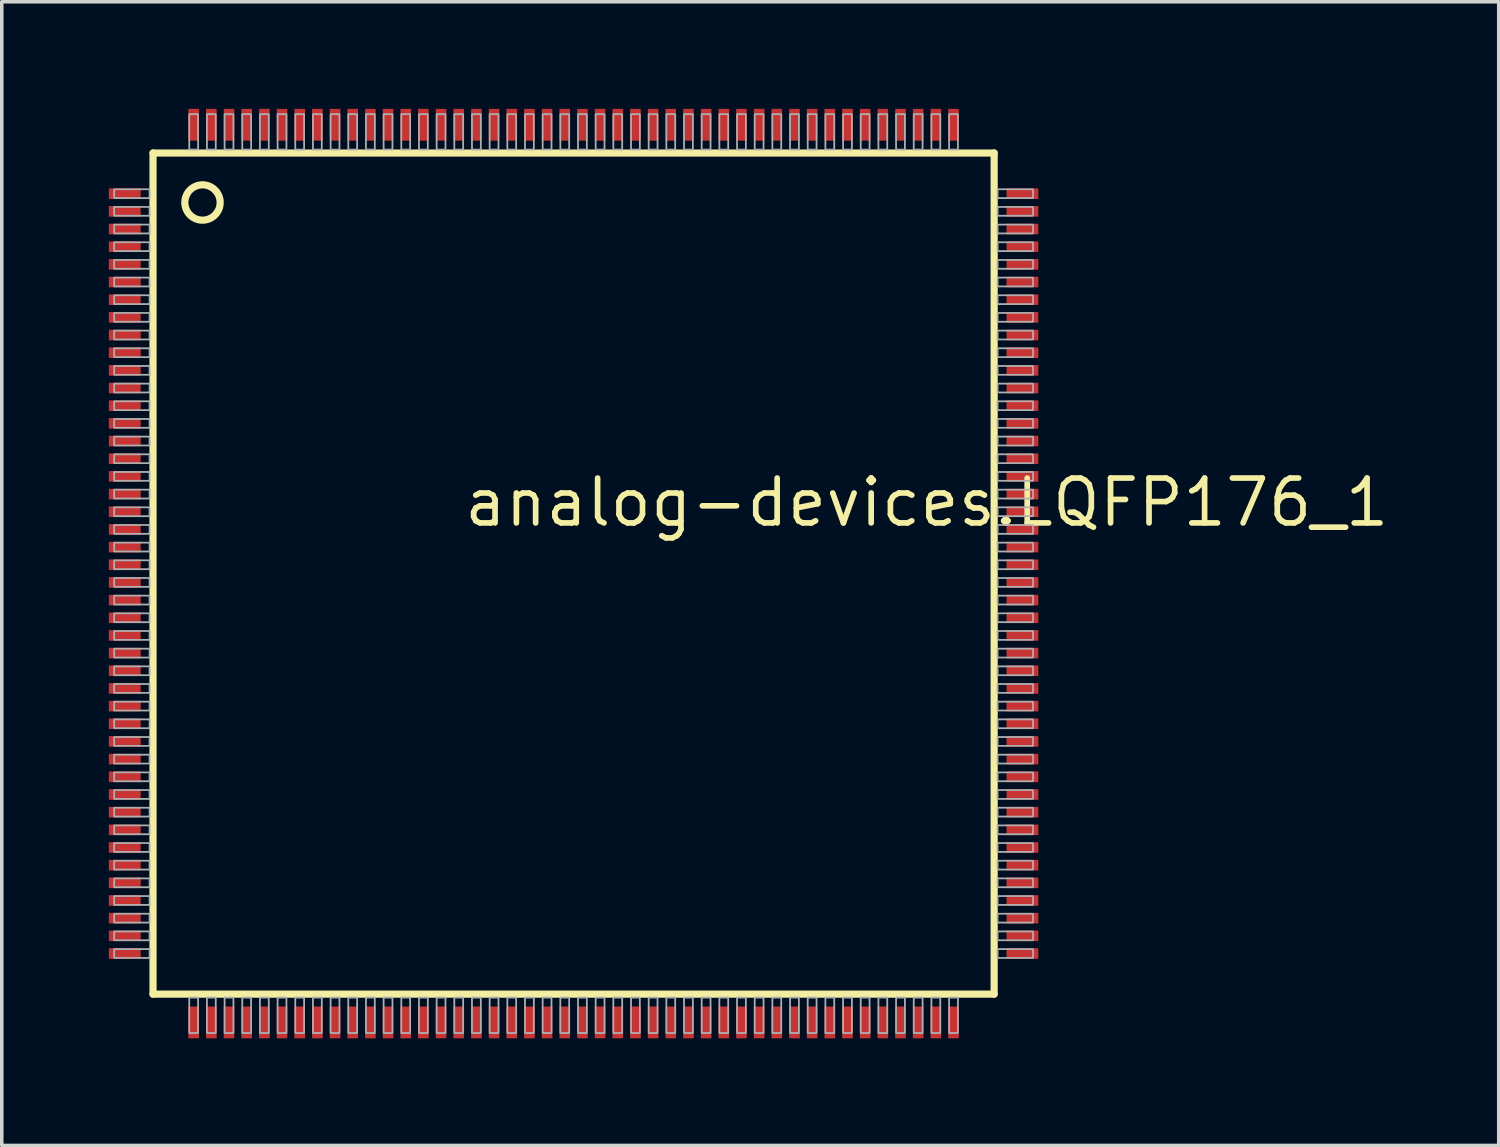
<source format=kicad_pcb>
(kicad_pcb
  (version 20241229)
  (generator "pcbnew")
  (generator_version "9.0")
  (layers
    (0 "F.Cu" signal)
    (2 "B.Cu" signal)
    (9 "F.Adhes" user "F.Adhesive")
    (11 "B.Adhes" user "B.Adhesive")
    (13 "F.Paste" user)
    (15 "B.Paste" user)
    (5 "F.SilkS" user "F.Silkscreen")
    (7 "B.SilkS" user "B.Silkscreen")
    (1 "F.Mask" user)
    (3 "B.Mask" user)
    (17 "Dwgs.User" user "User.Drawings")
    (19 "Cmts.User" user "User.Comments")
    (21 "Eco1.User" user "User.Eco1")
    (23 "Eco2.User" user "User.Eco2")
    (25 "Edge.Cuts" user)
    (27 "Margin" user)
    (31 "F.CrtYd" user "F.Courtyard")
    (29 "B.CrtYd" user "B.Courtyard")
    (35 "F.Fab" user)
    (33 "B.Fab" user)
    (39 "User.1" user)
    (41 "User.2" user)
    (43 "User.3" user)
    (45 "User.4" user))
  (footprint "analog-devices.LQFP176_1"
    (layer "F.Cu")
    (at 13.18 13.18)
    (property "Reference" "analog-devices.LQFP176_1" (at -3.175 -1.27 0) (layer "F.SilkS") (effects (font (size 1.27 1.27) (thickness 0.16)) (justify left bottom)))
    (attr smd)
    (fp_rect (start -13.155 -10.595) (end -12.245 -10.905) (stroke (width 0.05) (type default)) (fill yes) (layer "F.Mask"))
    (fp_rect (start -13.155 -10.095) (end -12.245 -10.405) (stroke (width 0.05) (type default)) (fill yes) (layer "F.Mask"))
    (fp_rect (start -13.155 -9.595) (end -12.245 -9.905) (stroke (width 0.05) (type default)) (fill yes) (layer "F.Mask"))
    (fp_rect (start -13.155 -9.095) (end -12.245 -9.405) (stroke (width 0.05) (type default)) (fill yes) (layer "F.Mask"))
    (fp_rect (start -13.155 -8.595) (end -12.245 -8.905) (stroke (width 0.05) (type default)) (fill yes) (layer "F.Mask"))
    (fp_rect (start -13.155 -8.095) (end -12.245 -8.405) (stroke (width 0.05) (type default)) (fill yes) (layer "F.Mask"))
    (fp_rect (start -13.155 -7.595) (end -12.245 -7.905) (stroke (width 0.05) (type default)) (fill yes) (layer "F.Mask"))
    (fp_rect (start -13.155 -7.095) (end -12.245 -7.405) (stroke (width 0.05) (type default)) (fill yes) (layer "F.Mask"))
    (fp_rect (start -13.155 -6.595) (end -12.245 -6.905) (stroke (width 0.05) (type default)) (fill yes) (layer "F.Mask"))
    (fp_rect (start -13.155 -6.095) (end -12.245 -6.405) (stroke (width 0.05) (type default)) (fill yes) (layer "F.Mask"))
    (fp_rect (start -13.155 -5.595) (end -12.245 -5.905) (stroke (width 0.05) (type default)) (fill yes) (layer "F.Mask"))
    (fp_rect (start -13.155 -5.095) (end -12.245 -5.405) (stroke (width 0.05) (type default)) (fill yes) (layer "F.Mask"))
    (fp_rect (start -13.155 -4.595) (end -12.245 -4.905) (stroke (width 0.05) (type default)) (fill yes) (layer "F.Mask"))
    (fp_rect (start -13.155 -4.095) (end -12.245 -4.405) (stroke (width 0.05) (type default)) (fill yes) (layer "F.Mask"))
    (fp_rect (start -13.155 -3.595) (end -12.245 -3.905) (stroke (width 0.05) (type default)) (fill yes) (layer "F.Mask"))
    (fp_rect (start -13.155 -3.095) (end -12.245 -3.405) (stroke (width 0.05) (type default)) (fill yes) (layer "F.Mask"))
    (fp_rect (start -13.155 -2.595) (end -12.245 -2.905) (stroke (width 0.05) (type default)) (fill yes) (layer "F.Mask"))
    (fp_rect (start -13.155 -2.095) (end -12.245 -2.405) (stroke (width 0.05) (type default)) (fill yes) (layer "F.Mask"))
    (fp_rect (start -13.155 -1.595) (end -12.245 -1.905) (stroke (width 0.05) (type default)) (fill yes) (layer "F.Mask"))
    (fp_rect (start -13.155 -1.095) (end -12.245 -1.405) (stroke (width 0.05) (type default)) (fill yes) (layer "F.Mask"))
    (fp_rect (start -13.155 -0.595) (end -12.245 -0.905) (stroke (width 0.05) (type default)) (fill yes) (layer "F.Mask"))
    (fp_rect (start -13.155 -0.095) (end -12.245 -0.405) (stroke (width 0.05) (type default)) (fill yes) (layer "F.Mask"))
    (fp_rect (start -13.155 0.405) (end -12.245 0.095) (stroke (width 0.05) (type default)) (fill yes) (layer "F.Mask"))
    (fp_rect (start -13.155 0.905) (end -12.245 0.595) (stroke (width 0.05) (type default)) (fill yes) (layer "F.Mask"))
    (fp_rect (start -13.155 1.405) (end -12.245 1.095) (stroke (width 0.05) (type default)) (fill yes) (layer "F.Mask"))
    (fp_rect (start -13.155 1.905) (end -12.245 1.595) (stroke (width 0.05) (type default)) (fill yes) (layer "F.Mask"))
    (fp_rect (start -13.155 2.405) (end -12.245 2.095) (stroke (width 0.05) (type default)) (fill yes) (layer "F.Mask"))
    (fp_rect (start -13.155 2.905) (end -12.245 2.595) (stroke (width 0.05) (type default)) (fill yes) (layer "F.Mask"))
    (fp_rect (start -13.155 3.405) (end -12.245 3.095) (stroke (width 0.05) (type default)) (fill yes) (layer "F.Mask"))
    (fp_rect (start -13.155 3.905) (end -12.245 3.595) (stroke (width 0.05) (type default)) (fill yes) (layer "F.Mask"))
    (fp_rect (start -13.155 4.405) (end -12.245 4.095) (stroke (width 0.05) (type default)) (fill yes) (layer "F.Mask"))
    (fp_rect (start -13.155 4.905) (end -12.245 4.595) (stroke (width 0.05) (type default)) (fill yes) (layer "F.Mask"))
    (fp_rect (start -13.155 5.405) (end -12.245 5.095) (stroke (width 0.05) (type default)) (fill yes) (layer "F.Mask"))
    (fp_rect (start -13.155 5.905) (end -12.245 5.595) (stroke (width 0.05) (type default)) (fill yes) (layer "F.Mask"))
    (fp_rect (start -13.155 6.405) (end -12.245 6.095) (stroke (width 0.05) (type default)) (fill yes) (layer "F.Mask"))
    (fp_rect (start -13.155 6.905) (end -12.245 6.595) (stroke (width 0.05) (type default)) (fill yes) (layer "F.Mask"))
    (fp_rect (start -13.155 7.405) (end -12.245 7.095) (stroke (width 0.05) (type default)) (fill yes) (layer "F.Mask"))
    (fp_rect (start -13.155 7.905) (end -12.245 7.595) (stroke (width 0.05) (type default)) (fill yes) (layer "F.Mask"))
    (fp_rect (start -13.155 8.405) (end -12.245 8.095) (stroke (width 0.05) (type default)) (fill yes) (layer "F.Mask"))
    (fp_rect (start -13.155 8.905) (end -12.245 8.595) (stroke (width 0.05) (type default)) (fill yes) (layer "F.Mask"))
    (fp_rect (start -13.155 9.405) (end -12.245 9.095) (stroke (width 0.05) (type default)) (fill yes) (layer "F.Mask"))
    (fp_rect (start -13.155 9.905) (end -12.245 9.595) (stroke (width 0.05) (type default)) (fill yes) (layer "F.Mask"))
    (fp_rect (start -13.155 10.405) (end -12.245 10.095) (stroke (width 0.05) (type default)) (fill yes) (layer "F.Mask"))
    (fp_rect (start -13.155 10.905) (end -12.245 10.595) (stroke (width 0.05) (type default)) (fill yes) (layer "F.Mask"))
    (fp_rect (start -10.905 -12.245) (end -10.595 -13.155) (stroke (width 0.05) (type default)) (fill yes) (layer "F.Mask"))
    (fp_rect (start -10.905 13.155) (end -10.595 12.245) (stroke (width 0.05) (type default)) (fill yes) (layer "F.Mask"))
    (fp_rect (start -10.405 -12.245) (end -10.095 -13.155) (stroke (width 0.05) (type default)) (fill yes) (layer "F.Mask"))
    (fp_rect (start -10.405 13.155) (end -10.095 12.245) (stroke (width 0.05) (type default)) (fill yes) (layer "F.Mask"))
    (fp_rect (start -9.905 -12.245) (end -9.595 -13.155) (stroke (width 0.05) (type default)) (fill yes) (layer "F.Mask"))
    (fp_rect (start -9.905 13.155) (end -9.595 12.245) (stroke (width 0.05) (type default)) (fill yes) (layer "F.Mask"))
    (fp_rect (start -9.405 -12.245) (end -9.095 -13.155) (stroke (width 0.05) (type default)) (fill yes) (layer "F.Mask"))
    (fp_rect (start -9.405 13.155) (end -9.095 12.245) (stroke (width 0.05) (type default)) (fill yes) (layer "F.Mask"))
    (fp_rect (start -8.905 -12.245) (end -8.595 -13.155) (stroke (width 0.05) (type default)) (fill yes) (layer "F.Mask"))
    (fp_rect (start -8.905 13.155) (end -8.595 12.245) (stroke (width 0.05) (type default)) (fill yes) (layer "F.Mask"))
    (fp_rect (start -8.405 -12.245) (end -8.095 -13.155) (stroke (width 0.05) (type default)) (fill yes) (layer "F.Mask"))
    (fp_rect (start -8.405 13.155) (end -8.095 12.245) (stroke (width 0.05) (type default)) (fill yes) (layer "F.Mask"))
    (fp_rect (start -7.905 -12.245) (end -7.595 -13.155) (stroke (width 0.05) (type default)) (fill yes) (layer "F.Mask"))
    (fp_rect (start -7.905 13.155) (end -7.595 12.245) (stroke (width 0.05) (type default)) (fill yes) (layer "F.Mask"))
    (fp_rect (start -7.405 -12.245) (end -7.095 -13.155) (stroke (width 0.05) (type default)) (fill yes) (layer "F.Mask"))
    (fp_rect (start -7.405 13.155) (end -7.095 12.245) (stroke (width 0.05) (type default)) (fill yes) (layer "F.Mask"))
    (fp_rect (start -6.905 -12.245) (end -6.595 -13.155) (stroke (width 0.05) (type default)) (fill yes) (layer "F.Mask"))
    (fp_rect (start -6.905 13.155) (end -6.595 12.245) (stroke (width 0.05) (type default)) (fill yes) (layer "F.Mask"))
    (fp_rect (start -6.405 -12.245) (end -6.095 -13.155) (stroke (width 0.05) (type default)) (fill yes) (layer "F.Mask"))
    (fp_rect (start -6.405 13.155) (end -6.095 12.245) (stroke (width 0.05) (type default)) (fill yes) (layer "F.Mask"))
    (fp_rect (start -5.905 -12.245) (end -5.595 -13.155) (stroke (width 0.05) (type default)) (fill yes) (layer "F.Mask"))
    (fp_rect (start -5.905 13.155) (end -5.595 12.245) (stroke (width 0.05) (type default)) (fill yes) (layer "F.Mask"))
    (fp_rect (start -5.405 -12.245) (end -5.095 -13.155) (stroke (width 0.05) (type default)) (fill yes) (layer "F.Mask"))
    (fp_rect (start -5.405 13.155) (end -5.095 12.245) (stroke (width 0.05) (type default)) (fill yes) (layer "F.Mask"))
    (fp_rect (start -4.905 -12.245) (end -4.595 -13.155) (stroke (width 0.05) (type default)) (fill yes) (layer "F.Mask"))
    (fp_rect (start -4.905 13.155) (end -4.595 12.245) (stroke (width 0.05) (type default)) (fill yes) (layer "F.Mask"))
    (fp_rect (start -4.405 -12.245) (end -4.095 -13.155) (stroke (width 0.05) (type default)) (fill yes) (layer "F.Mask"))
    (fp_rect (start -4.405 13.155) (end -4.095 12.245) (stroke (width 0.05) (type default)) (fill yes) (layer "F.Mask"))
    (fp_rect (start -3.905 -12.245) (end -3.595 -13.155) (stroke (width 0.05) (type default)) (fill yes) (layer "F.Mask"))
    (fp_rect (start -3.905 13.155) (end -3.595 12.245) (stroke (width 0.05) (type default)) (fill yes) (layer "F.Mask"))
    (fp_rect (start -3.405 -12.245) (end -3.095 -13.155) (stroke (width 0.05) (type default)) (fill yes) (layer "F.Mask"))
    (fp_rect (start -3.405 13.155) (end -3.095 12.245) (stroke (width 0.05) (type default)) (fill yes) (layer "F.Mask"))
    (fp_rect (start -2.905 -12.245) (end -2.595 -13.155) (stroke (width 0.05) (type default)) (fill yes) (layer "F.Mask"))
    (fp_rect (start -2.905 13.155) (end -2.595 12.245) (stroke (width 0.05) (type default)) (fill yes) (layer "F.Mask"))
    (fp_rect (start -2.405 -12.245) (end -2.095 -13.155) (stroke (width 0.05) (type default)) (fill yes) (layer "F.Mask"))
    (fp_rect (start -2.405 13.155) (end -2.095 12.245) (stroke (width 0.05) (type default)) (fill yes) (layer "F.Mask"))
    (fp_rect (start -1.905 -12.245) (end -1.595 -13.155) (stroke (width 0.05) (type default)) (fill yes) (layer "F.Mask"))
    (fp_rect (start -1.905 13.155) (end -1.595 12.245) (stroke (width 0.05) (type default)) (fill yes) (layer "F.Mask"))
    (fp_rect (start -1.405 -12.245) (end -1.095 -13.155) (stroke (width 0.05) (type default)) (fill yes) (layer "F.Mask"))
    (fp_rect (start -1.405 13.155) (end -1.095 12.245) (stroke (width 0.05) (type default)) (fill yes) (layer "F.Mask"))
    (fp_rect (start -0.905 -12.245) (end -0.595 -13.155) (stroke (width 0.05) (type default)) (fill yes) (layer "F.Mask"))
    (fp_rect (start -0.905 13.155) (end -0.595 12.245) (stroke (width 0.05) (type default)) (fill yes) (layer "F.Mask"))
    (fp_rect (start -0.405 -12.245) (end -0.095 -13.155) (stroke (width 0.05) (type default)) (fill yes) (layer "F.Mask"))
    (fp_rect (start -0.405 13.155) (end -0.095 12.245) (stroke (width 0.05) (type default)) (fill yes) (layer "F.Mask"))
    (fp_rect (start 0.095 -12.245) (end 0.405 -13.155) (stroke (width 0.05) (type default)) (fill yes) (layer "F.Mask"))
    (fp_rect (start 0.095 13.155) (end 0.405 12.245) (stroke (width 0.05) (type default)) (fill yes) (layer "F.Mask"))
    (fp_rect (start 0.595 -12.245) (end 0.905 -13.155) (stroke (width 0.05) (type default)) (fill yes) (layer "F.Mask"))
    (fp_rect (start 0.595 13.155) (end 0.905 12.245) (stroke (width 0.05) (type default)) (fill yes) (layer "F.Mask"))
    (fp_rect (start 1.095 -12.245) (end 1.405 -13.155) (stroke (width 0.05) (type default)) (fill yes) (layer "F.Mask"))
    (fp_rect (start 1.095 13.155) (end 1.405 12.245) (stroke (width 0.05) (type default)) (fill yes) (layer "F.Mask"))
    (fp_rect (start 1.595 -12.245) (end 1.905 -13.155) (stroke (width 0.05) (type default)) (fill yes) (layer "F.Mask"))
    (fp_rect (start 1.595 13.155) (end 1.905 12.245) (stroke (width 0.05) (type default)) (fill yes) (layer "F.Mask"))
    (fp_rect (start 2.095 -12.245) (end 2.405 -13.155) (stroke (width 0.05) (type default)) (fill yes) (layer "F.Mask"))
    (fp_rect (start 2.095 13.155) (end 2.405 12.245) (stroke (width 0.05) (type default)) (fill yes) (layer "F.Mask"))
    (fp_rect (start 2.595 -12.245) (end 2.905 -13.155) (stroke (width 0.05) (type default)) (fill yes) (layer "F.Mask"))
    (fp_rect (start 2.595 13.155) (end 2.905 12.245) (stroke (width 0.05) (type default)) (fill yes) (layer "F.Mask"))
    (fp_rect (start 3.095 -12.245) (end 3.405 -13.155) (stroke (width 0.05) (type default)) (fill yes) (layer "F.Mask"))
    (fp_rect (start 3.095 13.155) (end 3.405 12.245) (stroke (width 0.05) (type default)) (fill yes) (layer "F.Mask"))
    (fp_rect (start 3.595 -12.245) (end 3.905 -13.155) (stroke (width 0.05) (type default)) (fill yes) (layer "F.Mask"))
    (fp_rect (start 3.595 13.155) (end 3.905 12.245) (stroke (width 0.05) (type default)) (fill yes) (layer "F.Mask"))
    (fp_rect (start 4.095 -12.245) (end 4.405 -13.155) (stroke (width 0.05) (type default)) (fill yes) (layer "F.Mask"))
    (fp_rect (start 4.095 13.155) (end 4.405 12.245) (stroke (width 0.05) (type default)) (fill yes) (layer "F.Mask"))
    (fp_rect (start 4.595 -12.245) (end 4.905 -13.155) (stroke (width 0.05) (type default)) (fill yes) (layer "F.Mask"))
    (fp_rect (start 4.595 13.155) (end 4.905 12.245) (stroke (width 0.05) (type default)) (fill yes) (layer "F.Mask"))
    (fp_rect (start 5.095 -12.245) (end 5.405 -13.155) (stroke (width 0.05) (type default)) (fill yes) (layer "F.Mask"))
    (fp_rect (start 5.095 13.155) (end 5.405 12.245) (stroke (width 0.05) (type default)) (fill yes) (layer "F.Mask"))
    (fp_rect (start 5.595 -12.245) (end 5.905 -13.155) (stroke (width 0.05) (type default)) (fill yes) (layer "F.Mask"))
    (fp_rect (start 5.595 13.155) (end 5.905 12.245) (stroke (width 0.05) (type default)) (fill yes) (layer "F.Mask"))
    (fp_rect (start 6.095 -12.245) (end 6.405 -13.155) (stroke (width 0.05) (type default)) (fill yes) (layer "F.Mask"))
    (fp_rect (start 6.095 13.155) (end 6.405 12.245) (stroke (width 0.05) (type default)) (fill yes) (layer "F.Mask"))
    (fp_rect (start 6.595 -12.245) (end 6.905 -13.155) (stroke (width 0.05) (type default)) (fill yes) (layer "F.Mask"))
    (fp_rect (start 6.595 13.155) (end 6.905 12.245) (stroke (width 0.05) (type default)) (fill yes) (layer "F.Mask"))
    (fp_rect (start 7.095 -12.245) (end 7.405 -13.155) (stroke (width 0.05) (type default)) (fill yes) (layer "F.Mask"))
    (fp_rect (start 7.095 13.155) (end 7.405 12.245) (stroke (width 0.05) (type default)) (fill yes) (layer "F.Mask"))
    (fp_rect (start 7.595 -12.245) (end 7.905 -13.155) (stroke (width 0.05) (type default)) (fill yes) (layer "F.Mask"))
    (fp_rect (start 7.595 13.155) (end 7.905 12.245) (stroke (width 0.05) (type default)) (fill yes) (layer "F.Mask"))
    (fp_rect (start 8.095 -12.245) (end 8.405 -13.155) (stroke (width 0.05) (type default)) (fill yes) (layer "F.Mask"))
    (fp_rect (start 8.095 13.155) (end 8.405 12.245) (stroke (width 0.05) (type default)) (fill yes) (layer "F.Mask"))
    (fp_rect (start 8.595 -12.245) (end 8.905 -13.155) (stroke (width 0.05) (type default)) (fill yes) (layer "F.Mask"))
    (fp_rect (start 8.595 13.155) (end 8.905 12.245) (stroke (width 0.05) (type default)) (fill yes) (layer "F.Mask"))
    (fp_rect (start 9.095 -12.245) (end 9.405 -13.155) (stroke (width 0.05) (type default)) (fill yes) (layer "F.Mask"))
    (fp_rect (start 9.095 13.155) (end 9.405 12.245) (stroke (width 0.05) (type default)) (fill yes) (layer "F.Mask"))
    (fp_rect (start 9.595 -12.245) (end 9.905 -13.155) (stroke (width 0.05) (type default)) (fill yes) (layer "F.Mask"))
    (fp_rect (start 9.595 13.155) (end 9.905 12.245) (stroke (width 0.05) (type default)) (fill yes) (layer "F.Mask"))
    (fp_rect (start 10.095 -12.245) (end 10.405 -13.155) (stroke (width 0.05) (type default)) (fill yes) (layer "F.Mask"))
    (fp_rect (start 10.095 13.155) (end 10.405 12.245) (stroke (width 0.05) (type default)) (fill yes) (layer "F.Mask"))
    (fp_rect (start 10.595 -12.245) (end 10.905 -13.155) (stroke (width 0.05) (type default)) (fill yes) (layer "F.Mask"))
    (fp_rect (start 10.595 13.155) (end 10.905 12.245) (stroke (width 0.05) (type default)) (fill yes) (layer "F.Mask"))
    (fp_rect (start 12.245 -10.595) (end 13.155 -10.905) (stroke (width 0.05) (type default)) (fill yes) (layer "F.Mask"))
    (fp_rect (start 12.245 -10.095) (end 13.155 -10.405) (stroke (width 0.05) (type default)) (fill yes) (layer "F.Mask"))
    (fp_rect (start 12.245 -9.595) (end 13.155 -9.905) (stroke (width 0.05) (type default)) (fill yes) (layer "F.Mask"))
    (fp_rect (start 12.245 -9.095) (end 13.155 -9.405) (stroke (width 0.05) (type default)) (fill yes) (layer "F.Mask"))
    (fp_rect (start 12.245 -8.595) (end 13.155 -8.905) (stroke (width 0.05) (type default)) (fill yes) (layer "F.Mask"))
    (fp_rect (start 12.245 -8.095) (end 13.155 -8.405) (stroke (width 0.05) (type default)) (fill yes) (layer "F.Mask"))
    (fp_rect (start 12.245 -7.595) (end 13.155 -7.905) (stroke (width 0.05) (type default)) (fill yes) (layer "F.Mask"))
    (fp_rect (start 12.245 -7.095) (end 13.155 -7.405) (stroke (width 0.05) (type default)) (fill yes) (layer "F.Mask"))
    (fp_rect (start 12.245 -6.595) (end 13.155 -6.905) (stroke (width 0.05) (type default)) (fill yes) (layer "F.Mask"))
    (fp_rect (start 12.245 -6.095) (end 13.155 -6.405) (stroke (width 0.05) (type default)) (fill yes) (layer "F.Mask"))
    (fp_rect (start 12.245 -5.595) (end 13.155 -5.905) (stroke (width 0.05) (type default)) (fill yes) (layer "F.Mask"))
    (fp_rect (start 12.245 -5.095) (end 13.155 -5.405) (stroke (width 0.05) (type default)) (fill yes) (layer "F.Mask"))
    (fp_rect (start 12.245 -4.595) (end 13.155 -4.905) (stroke (width 0.05) (type default)) (fill yes) (layer "F.Mask"))
    (fp_rect (start 12.245 -4.095) (end 13.155 -4.405) (stroke (width 0.05) (type default)) (fill yes) (layer "F.Mask"))
    (fp_rect (start 12.245 -3.595) (end 13.155 -3.905) (stroke (width 0.05) (type default)) (fill yes) (layer "F.Mask"))
    (fp_rect (start 12.245 -3.095) (end 13.155 -3.405) (stroke (width 0.05) (type default)) (fill yes) (layer "F.Mask"))
    (fp_rect (start 12.245 -2.595) (end 13.155 -2.905) (stroke (width 0.05) (type default)) (fill yes) (layer "F.Mask"))
    (fp_rect (start 12.245 -2.095) (end 13.155 -2.405) (stroke (width 0.05) (type default)) (fill yes) (layer "F.Mask"))
    (fp_rect (start 12.245 -1.595) (end 13.155 -1.905) (stroke (width 0.05) (type default)) (fill yes) (layer "F.Mask"))
    (fp_rect (start 12.245 -1.095) (end 13.155 -1.405) (stroke (width 0.05) (type default)) (fill yes) (layer "F.Mask"))
    (fp_rect (start 12.245 -0.595) (end 13.155 -0.905) (stroke (width 0.05) (type default)) (fill yes) (layer "F.Mask"))
    (fp_rect (start 12.245 -0.095) (end 13.155 -0.405) (stroke (width 0.05) (type default)) (fill yes) (layer "F.Mask"))
    (fp_rect (start 12.245 0.405) (end 13.155 0.095) (stroke (width 0.05) (type default)) (fill yes) (layer "F.Mask"))
    (fp_rect (start 12.245 0.905) (end 13.155 0.595) (stroke (width 0.05) (type default)) (fill yes) (layer "F.Mask"))
    (fp_rect (start 12.245 1.405) (end 13.155 1.095) (stroke (width 0.05) (type default)) (fill yes) (layer "F.Mask"))
    (fp_rect (start 12.245 1.905) (end 13.155 1.595) (stroke (width 0.05) (type default)) (fill yes) (layer "F.Mask"))
    (fp_rect (start 12.245 2.405) (end 13.155 2.095) (stroke (width 0.05) (type default)) (fill yes) (layer "F.Mask"))
    (fp_rect (start 12.245 2.905) (end 13.155 2.595) (stroke (width 0.05) (type default)) (fill yes) (layer "F.Mask"))
    (fp_rect (start 12.245 3.405) (end 13.155 3.095) (stroke (width 0.05) (type default)) (fill yes) (layer "F.Mask"))
    (fp_rect (start 12.245 3.905) (end 13.155 3.595) (stroke (width 0.05) (type default)) (fill yes) (layer "F.Mask"))
    (fp_rect (start 12.245 4.405) (end 13.155 4.095) (stroke (width 0.05) (type default)) (fill yes) (layer "F.Mask"))
    (fp_rect (start 12.245 4.905) (end 13.155 4.595) (stroke (width 0.05) (type default)) (fill yes) (layer "F.Mask"))
    (fp_rect (start 12.245 5.405) (end 13.155 5.095) (stroke (width 0.05) (type default)) (fill yes) (layer "F.Mask"))
    (fp_rect (start 12.245 5.905) (end 13.155 5.595) (stroke (width 0.05) (type default)) (fill yes) (layer "F.Mask"))
    (fp_rect (start 12.245 6.405) (end 13.155 6.095) (stroke (width 0.05) (type default)) (fill yes) (layer "F.Mask"))
    (fp_rect (start 12.245 6.905) (end 13.155 6.595) (stroke (width 0.05) (type default)) (fill yes) (layer "F.Mask"))
    (fp_rect (start 12.245 7.405) (end 13.155 7.095) (stroke (width 0.05) (type default)) (fill yes) (layer "F.Mask"))
    (fp_rect (start 12.245 7.905) (end 13.155 7.595) (stroke (width 0.05) (type default)) (fill yes) (layer "F.Mask"))
    (fp_rect (start 12.245 8.405) (end 13.155 8.095) (stroke (width 0.05) (type default)) (fill yes) (layer "F.Mask"))
    (fp_rect (start 12.245 8.905) (end 13.155 8.595) (stroke (width 0.05) (type default)) (fill yes) (layer "F.Mask"))
    (fp_rect (start 12.245 9.405) (end 13.155 9.095) (stroke (width 0.05) (type default)) (fill yes) (layer "F.Mask"))
    (fp_rect (start 12.245 9.905) (end 13.155 9.595) (stroke (width 0.05) (type default)) (fill yes) (layer "F.Mask"))
    (fp_rect (start 12.245 10.405) (end 13.155 10.095) (stroke (width 0.05) (type default)) (fill yes) (layer "F.Mask"))
    (fp_rect (start 12.245 10.905) (end 13.155 10.595) (stroke (width 0.05) (type default)) (fill yes) (layer "F.Mask"))
    (fp_line (start -11.9 -11.9) (end 11.9 -11.9) (stroke (width 0.203) (type default)) (layer "F.SilkS"))
    (fp_line (start -11.9 11.9) (end -11.9 -11.9) (stroke (width 0.203) (type default)) (layer "F.SilkS"))
    (fp_line (start 11.9 -11.9) (end 11.9 11.9) (stroke (width 0.203) (type default)) (layer "F.SilkS"))
    (fp_line (start 11.9 11.9) (end -11.9 11.9) (stroke (width 0.203) (type default)) (layer "F.SilkS"))
    (fp_circle (center -10.5 -10.5) (end -10 -10.5) (stroke (width 0.203) (type default)) (fill no) (layer "F.SilkS"))
    (fp_rect (start -13.145 -10.605) (end -12.255 -10.895) (stroke (width 0.05) (type default)) (fill yes) (layer "F.Paste"))
    (fp_rect (start -13.145 -10.105) (end -12.255 -10.395) (stroke (width 0.05) (type default)) (fill yes) (layer "F.Paste"))
    (fp_rect (start -13.145 -9.605) (end -12.255 -9.895) (stroke (width 0.05) (type default)) (fill yes) (layer "F.Paste"))
    (fp_rect (start -13.145 -9.105) (end -12.255 -9.395) (stroke (width 0.05) (type default)) (fill yes) (layer "F.Paste"))
    (fp_rect (start -13.145 -8.605) (end -12.255 -8.895) (stroke (width 0.05) (type default)) (fill yes) (layer "F.Paste"))
    (fp_rect (start -13.145 -8.105) (end -12.255 -8.395) (stroke (width 0.05) (type default)) (fill yes) (layer "F.Paste"))
    (fp_rect (start -13.145 -7.605) (end -12.255 -7.895) (stroke (width 0.05) (type default)) (fill yes) (layer "F.Paste"))
    (fp_rect (start -13.145 -7.105) (end -12.255 -7.395) (stroke (width 0.05) (type default)) (fill yes) (layer "F.Paste"))
    (fp_rect (start -13.145 -6.605) (end -12.255 -6.895) (stroke (width 0.05) (type default)) (fill yes) (layer "F.Paste"))
    (fp_rect (start -13.145 -6.105) (end -12.255 -6.395) (stroke (width 0.05) (type default)) (fill yes) (layer "F.Paste"))
    (fp_rect (start -13.145 -5.605) (end -12.255 -5.895) (stroke (width 0.05) (type default)) (fill yes) (layer "F.Paste"))
    (fp_rect (start -13.145 -5.105) (end -12.255 -5.395) (stroke (width 0.05) (type default)) (fill yes) (layer "F.Paste"))
    (fp_rect (start -13.145 -4.605) (end -12.255 -4.895) (stroke (width 0.05) (type default)) (fill yes) (layer "F.Paste"))
    (fp_rect (start -13.145 -4.105) (end -12.255 -4.395) (stroke (width 0.05) (type default)) (fill yes) (layer "F.Paste"))
    (fp_rect (start -13.145 -3.605) (end -12.255 -3.895) (stroke (width 0.05) (type default)) (fill yes) (layer "F.Paste"))
    (fp_rect (start -13.145 -3.105) (end -12.255 -3.395) (stroke (width 0.05) (type default)) (fill yes) (layer "F.Paste"))
    (fp_rect (start -13.145 -2.605) (end -12.255 -2.895) (stroke (width 0.05) (type default)) (fill yes) (layer "F.Paste"))
    (fp_rect (start -13.145 -2.105) (end -12.255 -2.395) (stroke (width 0.05) (type default)) (fill yes) (layer "F.Paste"))
    (fp_rect (start -13.145 -1.605) (end -12.255 -1.895) (stroke (width 0.05) (type default)) (fill yes) (layer "F.Paste"))
    (fp_rect (start -13.145 -1.105) (end -12.255 -1.395) (stroke (width 0.05) (type default)) (fill yes) (layer "F.Paste"))
    (fp_rect (start -13.145 -0.605) (end -12.255 -0.895) (stroke (width 0.05) (type default)) (fill yes) (layer "F.Paste"))
    (fp_rect (start -13.145 -0.105) (end -12.255 -0.395) (stroke (width 0.05) (type default)) (fill yes) (layer "F.Paste"))
    (fp_rect (start -13.145 0.395) (end -12.255 0.105) (stroke (width 0.05) (type default)) (fill yes) (layer "F.Paste"))
    (fp_rect (start -13.145 0.895) (end -12.255 0.605) (stroke (width 0.05) (type default)) (fill yes) (layer "F.Paste"))
    (fp_rect (start -13.145 1.395) (end -12.255 1.105) (stroke (width 0.05) (type default)) (fill yes) (layer "F.Paste"))
    (fp_rect (start -13.145 1.895) (end -12.255 1.605) (stroke (width 0.05) (type default)) (fill yes) (layer "F.Paste"))
    (fp_rect (start -13.145 2.395) (end -12.255 2.105) (stroke (width 0.05) (type default)) (fill yes) (layer "F.Paste"))
    (fp_rect (start -13.145 2.895) (end -12.255 2.605) (stroke (width 0.05) (type default)) (fill yes) (layer "F.Paste"))
    (fp_rect (start -13.145 3.395) (end -12.255 3.105) (stroke (width 0.05) (type default)) (fill yes) (layer "F.Paste"))
    (fp_rect (start -13.145 3.895) (end -12.255 3.605) (stroke (width 0.05) (type default)) (fill yes) (layer "F.Paste"))
    (fp_rect (start -13.145 4.395) (end -12.255 4.105) (stroke (width 0.05) (type default)) (fill yes) (layer "F.Paste"))
    (fp_rect (start -13.145 4.895) (end -12.255 4.605) (stroke (width 0.05) (type default)) (fill yes) (layer "F.Paste"))
    (fp_rect (start -13.145 5.395) (end -12.255 5.105) (stroke (width 0.05) (type default)) (fill yes) (layer "F.Paste"))
    (fp_rect (start -13.145 5.895) (end -12.255 5.605) (stroke (width 0.05) (type default)) (fill yes) (layer "F.Paste"))
    (fp_rect (start -13.145 6.395) (end -12.255 6.105) (stroke (width 0.05) (type default)) (fill yes) (layer "F.Paste"))
    (fp_rect (start -13.145 6.895) (end -12.255 6.605) (stroke (width 0.05) (type default)) (fill yes) (layer "F.Paste"))
    (fp_rect (start -13.145 7.395) (end -12.255 7.105) (stroke (width 0.05) (type default)) (fill yes) (layer "F.Paste"))
    (fp_rect (start -13.145 7.895) (end -12.255 7.605) (stroke (width 0.05) (type default)) (fill yes) (layer "F.Paste"))
    (fp_rect (start -13.145 8.395) (end -12.255 8.105) (stroke (width 0.05) (type default)) (fill yes) (layer "F.Paste"))
    (fp_rect (start -13.145 8.895) (end -12.255 8.605) (stroke (width 0.05) (type default)) (fill yes) (layer "F.Paste"))
    (fp_rect (start -13.145 9.395) (end -12.255 9.105) (stroke (width 0.05) (type default)) (fill yes) (layer "F.Paste"))
    (fp_rect (start -13.145 9.895) (end -12.255 9.605) (stroke (width 0.05) (type default)) (fill yes) (layer "F.Paste"))
    (fp_rect (start -13.145 10.395) (end -12.255 10.105) (stroke (width 0.05) (type default)) (fill yes) (layer "F.Paste"))
    (fp_rect (start -13.145 10.895) (end -12.255 10.605) (stroke (width 0.05) (type default)) (fill yes) (layer "F.Paste"))
    (fp_rect (start -10.895 -12.255) (end -10.605 -13.145) (stroke (width 0.05) (type default)) (fill yes) (layer "F.Paste"))
    (fp_rect (start -10.895 13.145) (end -10.605 12.255) (stroke (width 0.05) (type default)) (fill yes) (layer "F.Paste"))
    (fp_rect (start -10.395 -12.255) (end -10.105 -13.145) (stroke (width 0.05) (type default)) (fill yes) (layer "F.Paste"))
    (fp_rect (start -10.395 13.145) (end -10.105 12.255) (stroke (width 0.05) (type default)) (fill yes) (layer "F.Paste"))
    (fp_rect (start -9.895 -12.255) (end -9.605 -13.145) (stroke (width 0.05) (type default)) (fill yes) (layer "F.Paste"))
    (fp_rect (start -9.895 13.145) (end -9.605 12.255) (stroke (width 0.05) (type default)) (fill yes) (layer "F.Paste"))
    (fp_rect (start -9.395 -12.255) (end -9.105 -13.145) (stroke (width 0.05) (type default)) (fill yes) (layer "F.Paste"))
    (fp_rect (start -9.395 13.145) (end -9.105 12.255) (stroke (width 0.05) (type default)) (fill yes) (layer "F.Paste"))
    (fp_rect (start -8.895 -12.255) (end -8.605 -13.145) (stroke (width 0.05) (type default)) (fill yes) (layer "F.Paste"))
    (fp_rect (start -8.895 13.145) (end -8.605 12.255) (stroke (width 0.05) (type default)) (fill yes) (layer "F.Paste"))
    (fp_rect (start -8.395 -12.255) (end -8.105 -13.145) (stroke (width 0.05) (type default)) (fill yes) (layer "F.Paste"))
    (fp_rect (start -8.395 13.145) (end -8.105 12.255) (stroke (width 0.05) (type default)) (fill yes) (layer "F.Paste"))
    (fp_rect (start -7.895 -12.255) (end -7.605 -13.145) (stroke (width 0.05) (type default)) (fill yes) (layer "F.Paste"))
    (fp_rect (start -7.895 13.145) (end -7.605 12.255) (stroke (width 0.05) (type default)) (fill yes) (layer "F.Paste"))
    (fp_rect (start -7.395 -12.255) (end -7.105 -13.145) (stroke (width 0.05) (type default)) (fill yes) (layer "F.Paste"))
    (fp_rect (start -7.395 13.145) (end -7.105 12.255) (stroke (width 0.05) (type default)) (fill yes) (layer "F.Paste"))
    (fp_rect (start -6.895 -12.255) (end -6.605 -13.145) (stroke (width 0.05) (type default)) (fill yes) (layer "F.Paste"))
    (fp_rect (start -6.895 13.145) (end -6.605 12.255) (stroke (width 0.05) (type default)) (fill yes) (layer "F.Paste"))
    (fp_rect (start -6.395 -12.255) (end -6.105 -13.145) (stroke (width 0.05) (type default)) (fill yes) (layer "F.Paste"))
    (fp_rect (start -6.395 13.145) (end -6.105 12.255) (stroke (width 0.05) (type default)) (fill yes) (layer "F.Paste"))
    (fp_rect (start -5.895 -12.255) (end -5.605 -13.145) (stroke (width 0.05) (type default)) (fill yes) (layer "F.Paste"))
    (fp_rect (start -5.895 13.145) (end -5.605 12.255) (stroke (width 0.05) (type default)) (fill yes) (layer "F.Paste"))
    (fp_rect (start -5.395 -12.255) (end -5.105 -13.145) (stroke (width 0.05) (type default)) (fill yes) (layer "F.Paste"))
    (fp_rect (start -5.395 13.145) (end -5.105 12.255) (stroke (width 0.05) (type default)) (fill yes) (layer "F.Paste"))
    (fp_rect (start -4.895 -12.255) (end -4.605 -13.145) (stroke (width 0.05) (type default)) (fill yes) (layer "F.Paste"))
    (fp_rect (start -4.895 13.145) (end -4.605 12.255) (stroke (width 0.05) (type default)) (fill yes) (layer "F.Paste"))
    (fp_rect (start -4.395 -12.255) (end -4.105 -13.145) (stroke (width 0.05) (type default)) (fill yes) (layer "F.Paste"))
    (fp_rect (start -4.395 13.145) (end -4.105 12.255) (stroke (width 0.05) (type default)) (fill yes) (layer "F.Paste"))
    (fp_rect (start -3.895 -12.255) (end -3.605 -13.145) (stroke (width 0.05) (type default)) (fill yes) (layer "F.Paste"))
    (fp_rect (start -3.895 13.145) (end -3.605 12.255) (stroke (width 0.05) (type default)) (fill yes) (layer "F.Paste"))
    (fp_rect (start -3.395 -12.255) (end -3.105 -13.145) (stroke (width 0.05) (type default)) (fill yes) (layer "F.Paste"))
    (fp_rect (start -3.395 13.145) (end -3.105 12.255) (stroke (width 0.05) (type default)) (fill yes) (layer "F.Paste"))
    (fp_rect (start -2.895 -12.255) (end -2.605 -13.145) (stroke (width 0.05) (type default)) (fill yes) (layer "F.Paste"))
    (fp_rect (start -2.895 13.145) (end -2.605 12.255) (stroke (width 0.05) (type default)) (fill yes) (layer "F.Paste"))
    (fp_rect (start -2.395 -12.255) (end -2.105 -13.145) (stroke (width 0.05) (type default)) (fill yes) (layer "F.Paste"))
    (fp_rect (start -2.395 13.145) (end -2.105 12.255) (stroke (width 0.05) (type default)) (fill yes) (layer "F.Paste"))
    (fp_rect (start -1.895 -12.255) (end -1.605 -13.145) (stroke (width 0.05) (type default)) (fill yes) (layer "F.Paste"))
    (fp_rect (start -1.895 13.145) (end -1.605 12.255) (stroke (width 0.05) (type default)) (fill yes) (layer "F.Paste"))
    (fp_rect (start -1.395 -12.255) (end -1.105 -13.145) (stroke (width 0.05) (type default)) (fill yes) (layer "F.Paste"))
    (fp_rect (start -1.395 13.145) (end -1.105 12.255) (stroke (width 0.05) (type default)) (fill yes) (layer "F.Paste"))
    (fp_rect (start -0.895 -12.255) (end -0.605 -13.145) (stroke (width 0.05) (type default)) (fill yes) (layer "F.Paste"))
    (fp_rect (start -0.895 13.145) (end -0.605 12.255) (stroke (width 0.05) (type default)) (fill yes) (layer "F.Paste"))
    (fp_rect (start -0.395 -12.255) (end -0.105 -13.145) (stroke (width 0.05) (type default)) (fill yes) (layer "F.Paste"))
    (fp_rect (start -0.395 13.145) (end -0.105 12.255) (stroke (width 0.05) (type default)) (fill yes) (layer "F.Paste"))
    (fp_rect (start 0.105 -12.255) (end 0.395 -13.145) (stroke (width 0.05) (type default)) (fill yes) (layer "F.Paste"))
    (fp_rect (start 0.105 13.145) (end 0.395 12.255) (stroke (width 0.05) (type default)) (fill yes) (layer "F.Paste"))
    (fp_rect (start 0.605 -12.255) (end 0.895 -13.145) (stroke (width 0.05) (type default)) (fill yes) (layer "F.Paste"))
    (fp_rect (start 0.605 13.145) (end 0.895 12.255) (stroke (width 0.05) (type default)) (fill yes) (layer "F.Paste"))
    (fp_rect (start 1.105 -12.255) (end 1.395 -13.145) (stroke (width 0.05) (type default)) (fill yes) (layer "F.Paste"))
    (fp_rect (start 1.105 13.145) (end 1.395 12.255) (stroke (width 0.05) (type default)) (fill yes) (layer "F.Paste"))
    (fp_rect (start 1.605 -12.255) (end 1.895 -13.145) (stroke (width 0.05) (type default)) (fill yes) (layer "F.Paste"))
    (fp_rect (start 1.605 13.145) (end 1.895 12.255) (stroke (width 0.05) (type default)) (fill yes) (layer "F.Paste"))
    (fp_rect (start 2.105 -12.255) (end 2.395 -13.145) (stroke (width 0.05) (type default)) (fill yes) (layer "F.Paste"))
    (fp_rect (start 2.105 13.145) (end 2.395 12.255) (stroke (width 0.05) (type default)) (fill yes) (layer "F.Paste"))
    (fp_rect (start 2.605 -12.255) (end 2.895 -13.145) (stroke (width 0.05) (type default)) (fill yes) (layer "F.Paste"))
    (fp_rect (start 2.605 13.145) (end 2.895 12.255) (stroke (width 0.05) (type default)) (fill yes) (layer "F.Paste"))
    (fp_rect (start 3.105 -12.255) (end 3.395 -13.145) (stroke (width 0.05) (type default)) (fill yes) (layer "F.Paste"))
    (fp_rect (start 3.105 13.145) (end 3.395 12.255) (stroke (width 0.05) (type default)) (fill yes) (layer "F.Paste"))
    (fp_rect (start 3.605 -12.255) (end 3.895 -13.145) (stroke (width 0.05) (type default)) (fill yes) (layer "F.Paste"))
    (fp_rect (start 3.605 13.145) (end 3.895 12.255) (stroke (width 0.05) (type default)) (fill yes) (layer "F.Paste"))
    (fp_rect (start 4.105 -12.255) (end 4.395 -13.145) (stroke (width 0.05) (type default)) (fill yes) (layer "F.Paste"))
    (fp_rect (start 4.105 13.145) (end 4.395 12.255) (stroke (width 0.05) (type default)) (fill yes) (layer "F.Paste"))
    (fp_rect (start 4.605 -12.255) (end 4.895 -13.145) (stroke (width 0.05) (type default)) (fill yes) (layer "F.Paste"))
    (fp_rect (start 4.605 13.145) (end 4.895 12.255) (stroke (width 0.05) (type default)) (fill yes) (layer "F.Paste"))
    (fp_rect (start 5.105 -12.255) (end 5.395 -13.145) (stroke (width 0.05) (type default)) (fill yes) (layer "F.Paste"))
    (fp_rect (start 5.105 13.145) (end 5.395 12.255) (stroke (width 0.05) (type default)) (fill yes) (layer "F.Paste"))
    (fp_rect (start 5.605 -12.255) (end 5.895 -13.145) (stroke (width 0.05) (type default)) (fill yes) (layer "F.Paste"))
    (fp_rect (start 5.605 13.145) (end 5.895 12.255) (stroke (width 0.05) (type default)) (fill yes) (layer "F.Paste"))
    (fp_rect (start 6.105 -12.255) (end 6.395 -13.145) (stroke (width 0.05) (type default)) (fill yes) (layer "F.Paste"))
    (fp_rect (start 6.105 13.145) (end 6.395 12.255) (stroke (width 0.05) (type default)) (fill yes) (layer "F.Paste"))
    (fp_rect (start 6.605 -12.255) (end 6.895 -13.145) (stroke (width 0.05) (type default)) (fill yes) (layer "F.Paste"))
    (fp_rect (start 6.605 13.145) (end 6.895 12.255) (stroke (width 0.05) (type default)) (fill yes) (layer "F.Paste"))
    (fp_rect (start 7.105 -12.255) (end 7.395 -13.145) (stroke (width 0.05) (type default)) (fill yes) (layer "F.Paste"))
    (fp_rect (start 7.105 13.145) (end 7.395 12.255) (stroke (width 0.05) (type default)) (fill yes) (layer "F.Paste"))
    (fp_rect (start 7.605 -12.255) (end 7.895 -13.145) (stroke (width 0.05) (type default)) (fill yes) (layer "F.Paste"))
    (fp_rect (start 7.605 13.145) (end 7.895 12.255) (stroke (width 0.05) (type default)) (fill yes) (layer "F.Paste"))
    (fp_rect (start 8.105 -12.255) (end 8.395 -13.145) (stroke (width 0.05) (type default)) (fill yes) (layer "F.Paste"))
    (fp_rect (start 8.105 13.145) (end 8.395 12.255) (stroke (width 0.05) (type default)) (fill yes) (layer "F.Paste"))
    (fp_rect (start 8.605 -12.255) (end 8.895 -13.145) (stroke (width 0.05) (type default)) (fill yes) (layer "F.Paste"))
    (fp_rect (start 8.605 13.145) (end 8.895 12.255) (stroke (width 0.05) (type default)) (fill yes) (layer "F.Paste"))
    (fp_rect (start 9.105 -12.255) (end 9.395 -13.145) (stroke (width 0.05) (type default)) (fill yes) (layer "F.Paste"))
    (fp_rect (start 9.105 13.145) (end 9.395 12.255) (stroke (width 0.05) (type default)) (fill yes) (layer "F.Paste"))
    (fp_rect (start 9.605 -12.255) (end 9.895 -13.145) (stroke (width 0.05) (type default)) (fill yes) (layer "F.Paste"))
    (fp_rect (start 9.605 13.145) (end 9.895 12.255) (stroke (width 0.05) (type default)) (fill yes) (layer "F.Paste"))
    (fp_rect (start 10.105 -12.255) (end 10.395 -13.145) (stroke (width 0.05) (type default)) (fill yes) (layer "F.Paste"))
    (fp_rect (start 10.105 13.145) (end 10.395 12.255) (stroke (width 0.05) (type default)) (fill yes) (layer "F.Paste"))
    (fp_rect (start 10.605 -12.255) (end 10.895 -13.145) (stroke (width 0.05) (type default)) (fill yes) (layer "F.Paste"))
    (fp_rect (start 10.605 13.145) (end 10.895 12.255) (stroke (width 0.05) (type default)) (fill yes) (layer "F.Paste"))
    (fp_rect (start 12.255 -10.605) (end 13.145 -10.895) (stroke (width 0.05) (type default)) (fill yes) (layer "F.Paste"))
    (fp_rect (start 12.255 -10.105) (end 13.145 -10.395) (stroke (width 0.05) (type default)) (fill yes) (layer "F.Paste"))
    (fp_rect (start 12.255 -9.605) (end 13.145 -9.895) (stroke (width 0.05) (type default)) (fill yes) (layer "F.Paste"))
    (fp_rect (start 12.255 -9.105) (end 13.145 -9.395) (stroke (width 0.05) (type default)) (fill yes) (layer "F.Paste"))
    (fp_rect (start 12.255 -8.605) (end 13.145 -8.895) (stroke (width 0.05) (type default)) (fill yes) (layer "F.Paste"))
    (fp_rect (start 12.255 -8.105) (end 13.145 -8.395) (stroke (width 0.05) (type default)) (fill yes) (layer "F.Paste"))
    (fp_rect (start 12.255 -7.605) (end 13.145 -7.895) (stroke (width 0.05) (type default)) (fill yes) (layer "F.Paste"))
    (fp_rect (start 12.255 -7.105) (end 13.145 -7.395) (stroke (width 0.05) (type default)) (fill yes) (layer "F.Paste"))
    (fp_rect (start 12.255 -6.605) (end 13.145 -6.895) (stroke (width 0.05) (type default)) (fill yes) (layer "F.Paste"))
    (fp_rect (start 12.255 -6.105) (end 13.145 -6.395) (stroke (width 0.05) (type default)) (fill yes) (layer "F.Paste"))
    (fp_rect (start 12.255 -5.605) (end 13.145 -5.895) (stroke (width 0.05) (type default)) (fill yes) (layer "F.Paste"))
    (fp_rect (start 12.255 -5.105) (end 13.145 -5.395) (stroke (width 0.05) (type default)) (fill yes) (layer "F.Paste"))
    (fp_rect (start 12.255 -4.605) (end 13.145 -4.895) (stroke (width 0.05) (type default)) (fill yes) (layer "F.Paste"))
    (fp_rect (start 12.255 -4.105) (end 13.145 -4.395) (stroke (width 0.05) (type default)) (fill yes) (layer "F.Paste"))
    (fp_rect (start 12.255 -3.605) (end 13.145 -3.895) (stroke (width 0.05) (type default)) (fill yes) (layer "F.Paste"))
    (fp_rect (start 12.255 -3.105) (end 13.145 -3.395) (stroke (width 0.05) (type default)) (fill yes) (layer "F.Paste"))
    (fp_rect (start 12.255 -2.605) (end 13.145 -2.895) (stroke (width 0.05) (type default)) (fill yes) (layer "F.Paste"))
    (fp_rect (start 12.255 -2.105) (end 13.145 -2.395) (stroke (width 0.05) (type default)) (fill yes) (layer "F.Paste"))
    (fp_rect (start 12.255 -1.605) (end 13.145 -1.895) (stroke (width 0.05) (type default)) (fill yes) (layer "F.Paste"))
    (fp_rect (start 12.255 -1.105) (end 13.145 -1.395) (stroke (width 0.05) (type default)) (fill yes) (layer "F.Paste"))
    (fp_rect (start 12.255 -0.605) (end 13.145 -0.895) (stroke (width 0.05) (type default)) (fill yes) (layer "F.Paste"))
    (fp_rect (start 12.255 -0.105) (end 13.145 -0.395) (stroke (width 0.05) (type default)) (fill yes) (layer "F.Paste"))
    (fp_rect (start 12.255 0.395) (end 13.145 0.105) (stroke (width 0.05) (type default)) (fill yes) (layer "F.Paste"))
    (fp_rect (start 12.255 0.895) (end 13.145 0.605) (stroke (width 0.05) (type default)) (fill yes) (layer "F.Paste"))
    (fp_rect (start 12.255 1.395) (end 13.145 1.105) (stroke (width 0.05) (type default)) (fill yes) (layer "F.Paste"))
    (fp_rect (start 12.255 1.895) (end 13.145 1.605) (stroke (width 0.05) (type default)) (fill yes) (layer "F.Paste"))
    (fp_rect (start 12.255 2.395) (end 13.145 2.105) (stroke (width 0.05) (type default)) (fill yes) (layer "F.Paste"))
    (fp_rect (start 12.255 2.895) (end 13.145 2.605) (stroke (width 0.05) (type default)) (fill yes) (layer "F.Paste"))
    (fp_rect (start 12.255 3.395) (end 13.145 3.105) (stroke (width 0.05) (type default)) (fill yes) (layer "F.Paste"))
    (fp_rect (start 12.255 3.895) (end 13.145 3.605) (stroke (width 0.05) (type default)) (fill yes) (layer "F.Paste"))
    (fp_rect (start 12.255 4.395) (end 13.145 4.105) (stroke (width 0.05) (type default)) (fill yes) (layer "F.Paste"))
    (fp_rect (start 12.255 4.895) (end 13.145 4.605) (stroke (width 0.05) (type default)) (fill yes) (layer "F.Paste"))
    (fp_rect (start 12.255 5.395) (end 13.145 5.105) (stroke (width 0.05) (type default)) (fill yes) (layer "F.Paste"))
    (fp_rect (start 12.255 5.895) (end 13.145 5.605) (stroke (width 0.05) (type default)) (fill yes) (layer "F.Paste"))
    (fp_rect (start 12.255 6.395) (end 13.145 6.105) (stroke (width 0.05) (type default)) (fill yes) (layer "F.Paste"))
    (fp_rect (start 12.255 6.895) (end 13.145 6.605) (stroke (width 0.05) (type default)) (fill yes) (layer "F.Paste"))
    (fp_rect (start 12.255 7.395) (end 13.145 7.105) (stroke (width 0.05) (type default)) (fill yes) (layer "F.Paste"))
    (fp_rect (start 12.255 7.895) (end 13.145 7.605) (stroke (width 0.05) (type default)) (fill yes) (layer "F.Paste"))
    (fp_rect (start 12.255 8.395) (end 13.145 8.105) (stroke (width 0.05) (type default)) (fill yes) (layer "F.Paste"))
    (fp_rect (start 12.255 8.895) (end 13.145 8.605) (stroke (width 0.05) (type default)) (fill yes) (layer "F.Paste"))
    (fp_rect (start 12.255 9.395) (end 13.145 9.105) (stroke (width 0.05) (type default)) (fill yes) (layer "F.Paste"))
    (fp_rect (start 12.255 9.895) (end 13.145 9.605) (stroke (width 0.05) (type default)) (fill yes) (layer "F.Paste"))
    (fp_rect (start 12.255 10.395) (end 13.145 10.105) (stroke (width 0.05) (type default)) (fill yes) (layer "F.Paste"))
    (fp_rect (start 12.255 10.895) (end 13.145 10.605) (stroke (width 0.05) (type default)) (fill yes) (layer "F.Paste"))
    (fp_rect (start -13 -10.625) (end -11.997 -10.875) (stroke (width 0.05) (type default)) (fill no) (layer "F.Fab"))
    (fp_rect (start -13 -10.125) (end -11.997 -10.375) (stroke (width 0.05) (type default)) (fill no) (layer "F.Fab"))
    (fp_rect (start -13 -9.625) (end -11.997 -9.875) (stroke (width 0.05) (type default)) (fill no) (layer "F.Fab"))
    (fp_rect (start -13 -9.125) (end -11.997 -9.375) (stroke (width 0.05) (type default)) (fill no) (layer "F.Fab"))
    (fp_rect (start -13 -8.625) (end -11.997 -8.875) (stroke (width 0.05) (type default)) (fill no) (layer "F.Fab"))
    (fp_rect (start -13 -8.125) (end -11.997 -8.375) (stroke (width 0.05) (type default)) (fill no) (layer "F.Fab"))
    (fp_rect (start -13 -7.625) (end -11.997 -7.875) (stroke (width 0.05) (type default)) (fill no) (layer "F.Fab"))
    (fp_rect (start -13 -7.125) (end -11.997 -7.375) (stroke (width 0.05) (type default)) (fill no) (layer "F.Fab"))
    (fp_rect (start -13 -6.625) (end -11.997 -6.875) (stroke (width 0.05) (type default)) (fill no) (layer "F.Fab"))
    (fp_rect (start -13 -6.125) (end -11.997 -6.375) (stroke (width 0.05) (type default)) (fill no) (layer "F.Fab"))
    (fp_rect (start -13 -5.625) (end -11.997 -5.875) (stroke (width 0.05) (type default)) (fill no) (layer "F.Fab"))
    (fp_rect (start -13 -5.125) (end -11.997 -5.375) (stroke (width 0.05) (type default)) (fill no) (layer "F.Fab"))
    (fp_rect (start -13 -4.625) (end -11.997 -4.875) (stroke (width 0.05) (type default)) (fill no) (layer "F.Fab"))
    (fp_rect (start -13 -4.125) (end -11.997 -4.375) (stroke (width 0.05) (type default)) (fill no) (layer "F.Fab"))
    (fp_rect (start -13 -3.625) (end -11.997 -3.875) (stroke (width 0.05) (type default)) (fill no) (layer "F.Fab"))
    (fp_rect (start -13 -3.125) (end -11.997 -3.375) (stroke (width 0.05) (type default)) (fill no) (layer "F.Fab"))
    (fp_rect (start -13 -2.625) (end -11.997 -2.875) (stroke (width 0.05) (type default)) (fill no) (layer "F.Fab"))
    (fp_rect (start -13 -2.125) (end -11.997 -2.375) (stroke (width 0.05) (type default)) (fill no) (layer "F.Fab"))
    (fp_rect (start -13 -1.625) (end -11.997 -1.875) (stroke (width 0.05) (type default)) (fill no) (layer "F.Fab"))
    (fp_rect (start -13 -1.125) (end -11.997 -1.375) (stroke (width 0.05) (type default)) (fill no) (layer "F.Fab"))
    (fp_rect (start -13 -0.625) (end -11.997 -0.875) (stroke (width 0.05) (type default)) (fill no) (layer "F.Fab"))
    (fp_rect (start -13 -0.125) (end -11.997 -0.375) (stroke (width 0.05) (type default)) (fill no) (layer "F.Fab"))
    (fp_rect (start -13 0.375) (end -11.997 0.125) (stroke (width 0.05) (type default)) (fill no) (layer "F.Fab"))
    (fp_rect (start -13 0.875) (end -11.997 0.625) (stroke (width 0.05) (type default)) (fill no) (layer "F.Fab"))
    (fp_rect (start -13 1.375) (end -11.997 1.125) (stroke (width 0.05) (type default)) (fill no) (layer "F.Fab"))
    (fp_rect (start -13 1.875) (end -11.997 1.625) (stroke (width 0.05) (type default)) (fill no) (layer "F.Fab"))
    (fp_rect (start -13 2.375) (end -11.997 2.125) (stroke (width 0.05) (type default)) (fill no) (layer "F.Fab"))
    (fp_rect (start -13 2.875) (end -11.997 2.625) (stroke (width 0.05) (type default)) (fill no) (layer "F.Fab"))
    (fp_rect (start -13 3.375) (end -11.997 3.125) (stroke (width 0.05) (type default)) (fill no) (layer "F.Fab"))
    (fp_rect (start -13 3.875) (end -11.997 3.625) (stroke (width 0.05) (type default)) (fill no) (layer "F.Fab"))
    (fp_rect (start -13 4.375) (end -11.997 4.125) (stroke (width 0.05) (type default)) (fill no) (layer "F.Fab"))
    (fp_rect (start -13 4.875) (end -11.997 4.625) (stroke (width 0.05) (type default)) (fill no) (layer "F.Fab"))
    (fp_rect (start -13 5.375) (end -11.997 5.125) (stroke (width 0.05) (type default)) (fill no) (layer "F.Fab"))
    (fp_rect (start -13 5.875) (end -11.997 5.625) (stroke (width 0.05) (type default)) (fill no) (layer "F.Fab"))
    (fp_rect (start -13 6.375) (end -11.997 6.125) (stroke (width 0.05) (type default)) (fill no) (layer "F.Fab"))
    (fp_rect (start -13 6.875) (end -11.997 6.625) (stroke (width 0.05) (type default)) (fill no) (layer "F.Fab"))
    (fp_rect (start -13 7.375) (end -11.997 7.125) (stroke (width 0.05) (type default)) (fill no) (layer "F.Fab"))
    (fp_rect (start -13 7.875) (end -11.997 7.625) (stroke (width 0.05) (type default)) (fill no) (layer "F.Fab"))
    (fp_rect (start -13 8.375) (end -11.997 8.125) (stroke (width 0.05) (type default)) (fill no) (layer "F.Fab"))
    (fp_rect (start -13 8.875) (end -11.997 8.625) (stroke (width 0.05) (type default)) (fill no) (layer "F.Fab"))
    (fp_rect (start -13 9.375) (end -11.997 9.125) (stroke (width 0.05) (type default)) (fill no) (layer "F.Fab"))
    (fp_rect (start -13 9.875) (end -11.997 9.625) (stroke (width 0.05) (type default)) (fill no) (layer "F.Fab"))
    (fp_rect (start -13 10.375) (end -11.997 10.125) (stroke (width 0.05) (type default)) (fill no) (layer "F.Fab"))
    (fp_rect (start -13 10.875) (end -11.997 10.625) (stroke (width 0.05) (type default)) (fill no) (layer "F.Fab"))
    (fp_rect (start -10.875 -11.997) (end -10.625 -13) (stroke (width 0.05) (type default)) (fill no) (layer "F.Fab"))
    (fp_rect (start -10.875 13) (end -10.625 11.997) (stroke (width 0.05) (type default)) (fill no) (layer "F.Fab"))
    (fp_rect (start -10.375 -11.997) (end -10.125 -13) (stroke (width 0.05) (type default)) (fill no) (layer "F.Fab"))
    (fp_rect (start -10.375 13) (end -10.125 11.997) (stroke (width 0.05) (type default)) (fill no) (layer "F.Fab"))
    (fp_rect (start -9.875 -11.997) (end -9.625 -13) (stroke (width 0.05) (type default)) (fill no) (layer "F.Fab"))
    (fp_rect (start -9.875 13) (end -9.625 11.997) (stroke (width 0.05) (type default)) (fill no) (layer "F.Fab"))
    (fp_rect (start -9.375 -11.997) (end -9.125 -13) (stroke (width 0.05) (type default)) (fill no) (layer "F.Fab"))
    (fp_rect (start -9.375 13) (end -9.125 11.997) (stroke (width 0.05) (type default)) (fill no) (layer "F.Fab"))
    (fp_rect (start -8.875 -11.997) (end -8.625 -13) (stroke (width 0.05) (type default)) (fill no) (layer "F.Fab"))
    (fp_rect (start -8.875 13) (end -8.625 11.997) (stroke (width 0.05) (type default)) (fill no) (layer "F.Fab"))
    (fp_rect (start -8.375 -11.997) (end -8.125 -13) (stroke (width 0.05) (type default)) (fill no) (layer "F.Fab"))
    (fp_rect (start -8.375 13) (end -8.125 11.997) (stroke (width 0.05) (type default)) (fill no) (layer "F.Fab"))
    (fp_rect (start -7.875 -11.997) (end -7.625 -13) (stroke (width 0.05) (type default)) (fill no) (layer "F.Fab"))
    (fp_rect (start -7.875 13) (end -7.625 11.997) (stroke (width 0.05) (type default)) (fill no) (layer "F.Fab"))
    (fp_rect (start -7.375 -11.997) (end -7.125 -13) (stroke (width 0.05) (type default)) (fill no) (layer "F.Fab"))
    (fp_rect (start -7.375 13) (end -7.125 11.997) (stroke (width 0.05) (type default)) (fill no) (layer "F.Fab"))
    (fp_rect (start -6.875 -11.997) (end -6.625 -13) (stroke (width 0.05) (type default)) (fill no) (layer "F.Fab"))
    (fp_rect (start -6.875 13) (end -6.625 11.997) (stroke (width 0.05) (type default)) (fill no) (layer "F.Fab"))
    (fp_rect (start -6.375 -11.997) (end -6.125 -13) (stroke (width 0.05) (type default)) (fill no) (layer "F.Fab"))
    (fp_rect (start -6.375 13) (end -6.125 11.997) (stroke (width 0.05) (type default)) (fill no) (layer "F.Fab"))
    (fp_rect (start -5.875 -11.997) (end -5.625 -13) (stroke (width 0.05) (type default)) (fill no) (layer "F.Fab"))
    (fp_rect (start -5.875 13) (end -5.625 11.997) (stroke (width 0.05) (type default)) (fill no) (layer "F.Fab"))
    (fp_rect (start -5.375 -11.997) (end -5.125 -13) (stroke (width 0.05) (type default)) (fill no) (layer "F.Fab"))
    (fp_rect (start -5.375 13) (end -5.125 11.997) (stroke (width 0.05) (type default)) (fill no) (layer "F.Fab"))
    (fp_rect (start -4.875 -11.997) (end -4.625 -13) (stroke (width 0.05) (type default)) (fill no) (layer "F.Fab"))
    (fp_rect (start -4.875 13) (end -4.625 11.997) (stroke (width 0.05) (type default)) (fill no) (layer "F.Fab"))
    (fp_rect (start -4.375 -11.997) (end -4.125 -13) (stroke (width 0.05) (type default)) (fill no) (layer "F.Fab"))
    (fp_rect (start -4.375 13) (end -4.125 11.997) (stroke (width 0.05) (type default)) (fill no) (layer "F.Fab"))
    (fp_rect (start -3.875 -11.997) (end -3.625 -13) (stroke (width 0.05) (type default)) (fill no) (layer "F.Fab"))
    (fp_rect (start -3.875 13) (end -3.625 11.997) (stroke (width 0.05) (type default)) (fill no) (layer "F.Fab"))
    (fp_rect (start -3.375 -11.997) (end -3.125 -13) (stroke (width 0.05) (type default)) (fill no) (layer "F.Fab"))
    (fp_rect (start -3.375 13) (end -3.125 11.997) (stroke (width 0.05) (type default)) (fill no) (layer "F.Fab"))
    (fp_rect (start -2.875 -11.997) (end -2.625 -13) (stroke (width 0.05) (type default)) (fill no) (layer "F.Fab"))
    (fp_rect (start -2.875 13) (end -2.625 11.997) (stroke (width 0.05) (type default)) (fill no) (layer "F.Fab"))
    (fp_rect (start -2.375 -11.997) (end -2.125 -13) (stroke (width 0.05) (type default)) (fill no) (layer "F.Fab"))
    (fp_rect (start -2.375 13) (end -2.125 11.997) (stroke (width 0.05) (type default)) (fill no) (layer "F.Fab"))
    (fp_rect (start -1.875 -11.997) (end -1.625 -13) (stroke (width 0.05) (type default)) (fill no) (layer "F.Fab"))
    (fp_rect (start -1.875 13) (end -1.625 11.997) (stroke (width 0.05) (type default)) (fill no) (layer "F.Fab"))
    (fp_rect (start -1.375 -11.997) (end -1.125 -13) (stroke (width 0.05) (type default)) (fill no) (layer "F.Fab"))
    (fp_rect (start -1.375 13) (end -1.125 11.997) (stroke (width 0.05) (type default)) (fill no) (layer "F.Fab"))
    (fp_rect (start -0.875 -11.997) (end -0.625 -13) (stroke (width 0.05) (type default)) (fill no) (layer "F.Fab"))
    (fp_rect (start -0.875 13) (end -0.625 11.997) (stroke (width 0.05) (type default)) (fill no) (layer "F.Fab"))
    (fp_rect (start -0.375 -11.997) (end -0.125 -13) (stroke (width 0.05) (type default)) (fill no) (layer "F.Fab"))
    (fp_rect (start -0.375 13) (end -0.125 11.997) (stroke (width 0.05) (type default)) (fill no) (layer "F.Fab"))
    (fp_rect (start 0.125 -11.997) (end 0.375 -13) (stroke (width 0.05) (type default)) (fill no) (layer "F.Fab"))
    (fp_rect (start 0.125 13) (end 0.375 11.997) (stroke (width 0.05) (type default)) (fill no) (layer "F.Fab"))
    (fp_rect (start 0.625 -11.997) (end 0.875 -13) (stroke (width 0.05) (type default)) (fill no) (layer "F.Fab"))
    (fp_rect (start 0.625 13) (end 0.875 11.997) (stroke (width 0.05) (type default)) (fill no) (layer "F.Fab"))
    (fp_rect (start 1.125 -11.997) (end 1.375 -13) (stroke (width 0.05) (type default)) (fill no) (layer "F.Fab"))
    (fp_rect (start 1.125 13) (end 1.375 11.997) (stroke (width 0.05) (type default)) (fill no) (layer "F.Fab"))
    (fp_rect (start 1.625 -11.997) (end 1.875 -13) (stroke (width 0.05) (type default)) (fill no) (layer "F.Fab"))
    (fp_rect (start 1.625 13) (end 1.875 11.997) (stroke (width 0.05) (type default)) (fill no) (layer "F.Fab"))
    (fp_rect (start 2.125 -11.997) (end 2.375 -13) (stroke (width 0.05) (type default)) (fill no) (layer "F.Fab"))
    (fp_rect (start 2.125 13) (end 2.375 11.997) (stroke (width 0.05) (type default)) (fill no) (layer "F.Fab"))
    (fp_rect (start 2.625 -11.997) (end 2.875 -13) (stroke (width 0.05) (type default)) (fill no) (layer "F.Fab"))
    (fp_rect (start 2.625 13) (end 2.875 11.997) (stroke (width 0.05) (type default)) (fill no) (layer "F.Fab"))
    (fp_rect (start 3.125 -11.997) (end 3.375 -13) (stroke (width 0.05) (type default)) (fill no) (layer "F.Fab"))
    (fp_rect (start 3.125 13) (end 3.375 11.997) (stroke (width 0.05) (type default)) (fill no) (layer "F.Fab"))
    (fp_rect (start 3.625 -11.997) (end 3.875 -13) (stroke (width 0.05) (type default)) (fill no) (layer "F.Fab"))
    (fp_rect (start 3.625 13) (end 3.875 11.997) (stroke (width 0.05) (type default)) (fill no) (layer "F.Fab"))
    (fp_rect (start 4.125 -11.997) (end 4.375 -13) (stroke (width 0.05) (type default)) (fill no) (layer "F.Fab"))
    (fp_rect (start 4.125 13) (end 4.375 11.997) (stroke (width 0.05) (type default)) (fill no) (layer "F.Fab"))
    (fp_rect (start 4.625 -11.997) (end 4.875 -13) (stroke (width 0.05) (type default)) (fill no) (layer "F.Fab"))
    (fp_rect (start 4.625 13) (end 4.875 11.997) (stroke (width 0.05) (type default)) (fill no) (layer "F.Fab"))
    (fp_rect (start 5.125 -11.997) (end 5.375 -13) (stroke (width 0.05) (type default)) (fill no) (layer "F.Fab"))
    (fp_rect (start 5.125 13) (end 5.375 11.997) (stroke (width 0.05) (type default)) (fill no) (layer "F.Fab"))
    (fp_rect (start 5.625 -11.997) (end 5.875 -13) (stroke (width 0.05) (type default)) (fill no) (layer "F.Fab"))
    (fp_rect (start 5.625 13) (end 5.875 11.997) (stroke (width 0.05) (type default)) (fill no) (layer "F.Fab"))
    (fp_rect (start 6.125 -11.997) (end 6.375 -13) (stroke (width 0.05) (type default)) (fill no) (layer "F.Fab"))
    (fp_rect (start 6.125 13) (end 6.375 11.997) (stroke (width 0.05) (type default)) (fill no) (layer "F.Fab"))
    (fp_rect (start 6.625 -11.997) (end 6.875 -13) (stroke (width 0.05) (type default)) (fill no) (layer "F.Fab"))
    (fp_rect (start 6.625 13) (end 6.875 11.997) (stroke (width 0.05) (type default)) (fill no) (layer "F.Fab"))
    (fp_rect (start 7.125 -11.997) (end 7.375 -13) (stroke (width 0.05) (type default)) (fill no) (layer "F.Fab"))
    (fp_rect (start 7.125 13) (end 7.375 11.997) (stroke (width 0.05) (type default)) (fill no) (layer "F.Fab"))
    (fp_rect (start 7.625 -11.997) (end 7.875 -13) (stroke (width 0.05) (type default)) (fill no) (layer "F.Fab"))
    (fp_rect (start 7.625 13) (end 7.875 11.997) (stroke (width 0.05) (type default)) (fill no) (layer "F.Fab"))
    (fp_rect (start 8.125 -11.997) (end 8.375 -13) (stroke (width 0.05) (type default)) (fill no) (layer "F.Fab"))
    (fp_rect (start 8.125 13) (end 8.375 11.997) (stroke (width 0.05) (type default)) (fill no) (layer "F.Fab"))
    (fp_rect (start 8.625 -11.997) (end 8.875 -13) (stroke (width 0.05) (type default)) (fill no) (layer "F.Fab"))
    (fp_rect (start 8.625 13) (end 8.875 11.997) (stroke (width 0.05) (type default)) (fill no) (layer "F.Fab"))
    (fp_rect (start 9.125 -11.997) (end 9.375 -13) (stroke (width 0.05) (type default)) (fill no) (layer "F.Fab"))
    (fp_rect (start 9.125 13) (end 9.375 11.997) (stroke (width 0.05) (type default)) (fill no) (layer "F.Fab"))
    (fp_rect (start 9.625 -11.997) (end 9.875 -13) (stroke (width 0.05) (type default)) (fill no) (layer "F.Fab"))
    (fp_rect (start 9.625 13) (end 9.875 11.997) (stroke (width 0.05) (type default)) (fill no) (layer "F.Fab"))
    (fp_rect (start 10.125 -11.997) (end 10.375 -13) (stroke (width 0.05) (type default)) (fill no) (layer "F.Fab"))
    (fp_rect (start 10.125 13) (end 10.375 11.997) (stroke (width 0.05) (type default)) (fill no) (layer "F.Fab"))
    (fp_rect (start 10.625 -11.997) (end 10.875 -13) (stroke (width 0.05) (type default)) (fill no) (layer "F.Fab"))
    (fp_rect (start 10.625 13) (end 10.875 11.997) (stroke (width 0.05) (type default)) (fill no) (layer "F.Fab"))
    (fp_rect (start 11.997 -10.625) (end 13 -10.875) (stroke (width 0.05) (type default)) (fill no) (layer "F.Fab"))
    (fp_rect (start 11.997 -10.125) (end 13 -10.375) (stroke (width 0.05) (type default)) (fill no) (layer "F.Fab"))
    (fp_rect (start 11.997 -9.625) (end 13 -9.875) (stroke (width 0.05) (type default)) (fill no) (layer "F.Fab"))
    (fp_rect (start 11.997 -9.125) (end 13 -9.375) (stroke (width 0.05) (type default)) (fill no) (layer "F.Fab"))
    (fp_rect (start 11.997 -8.625) (end 13 -8.875) (stroke (width 0.05) (type default)) (fill no) (layer "F.Fab"))
    (fp_rect (start 11.997 -8.125) (end 13 -8.375) (stroke (width 0.05) (type default)) (fill no) (layer "F.Fab"))
    (fp_rect (start 11.997 -7.625) (end 13 -7.875) (stroke (width 0.05) (type default)) (fill no) (layer "F.Fab"))
    (fp_rect (start 11.997 -7.125) (end 13 -7.375) (stroke (width 0.05) (type default)) (fill no) (layer "F.Fab"))
    (fp_rect (start 11.997 -6.625) (end 13 -6.875) (stroke (width 0.05) (type default)) (fill no) (layer "F.Fab"))
    (fp_rect (start 11.997 -6.125) (end 13 -6.375) (stroke (width 0.05) (type default)) (fill no) (layer "F.Fab"))
    (fp_rect (start 11.997 -5.625) (end 13 -5.875) (stroke (width 0.05) (type default)) (fill no) (layer "F.Fab"))
    (fp_rect (start 11.997 -5.125) (end 13 -5.375) (stroke (width 0.05) (type default)) (fill no) (layer "F.Fab"))
    (fp_rect (start 11.997 -4.625) (end 13 -4.875) (stroke (width 0.05) (type default)) (fill no) (layer "F.Fab"))
    (fp_rect (start 11.997 -4.125) (end 13 -4.375) (stroke (width 0.05) (type default)) (fill no) (layer "F.Fab"))
    (fp_rect (start 11.997 -3.625) (end 13 -3.875) (stroke (width 0.05) (type default)) (fill no) (layer "F.Fab"))
    (fp_rect (start 11.997 -3.125) (end 13 -3.375) (stroke (width 0.05) (type default)) (fill no) (layer "F.Fab"))
    (fp_rect (start 11.997 -2.625) (end 13 -2.875) (stroke (width 0.05) (type default)) (fill no) (layer "F.Fab"))
    (fp_rect (start 11.997 -2.125) (end 13 -2.375) (stroke (width 0.05) (type default)) (fill no) (layer "F.Fab"))
    (fp_rect (start 11.997 -1.625) (end 13 -1.875) (stroke (width 0.05) (type default)) (fill no) (layer "F.Fab"))
    (fp_rect (start 11.997 -1.125) (end 13 -1.375) (stroke (width 0.05) (type default)) (fill no) (layer "F.Fab"))
    (fp_rect (start 11.997 -0.625) (end 13 -0.875) (stroke (width 0.05) (type default)) (fill no) (layer "F.Fab"))
    (fp_rect (start 11.997 -0.125) (end 13 -0.375) (stroke (width 0.05) (type default)) (fill no) (layer "F.Fab"))
    (fp_rect (start 11.997 0.375) (end 13 0.125) (stroke (width 0.05) (type default)) (fill no) (layer "F.Fab"))
    (fp_rect (start 11.997 0.875) (end 13 0.625) (stroke (width 0.05) (type default)) (fill no) (layer "F.Fab"))
    (fp_rect (start 11.997 1.375) (end 13 1.125) (stroke (width 0.05) (type default)) (fill no) (layer "F.Fab"))
    (fp_rect (start 11.997 1.875) (end 13 1.625) (stroke (width 0.05) (type default)) (fill no) (layer "F.Fab"))
    (fp_rect (start 11.997 2.375) (end 13 2.125) (stroke (width 0.05) (type default)) (fill no) (layer "F.Fab"))
    (fp_rect (start 11.997 2.875) (end 13 2.625) (stroke (width 0.05) (type default)) (fill no) (layer "F.Fab"))
    (fp_rect (start 11.997 3.375) (end 13 3.125) (stroke (width 0.05) (type default)) (fill no) (layer "F.Fab"))
    (fp_rect (start 11.997 3.875) (end 13 3.625) (stroke (width 0.05) (type default)) (fill no) (layer "F.Fab"))
    (fp_rect (start 11.997 4.375) (end 13 4.125) (stroke (width 0.05) (type default)) (fill no) (layer "F.Fab"))
    (fp_rect (start 11.997 4.875) (end 13 4.625) (stroke (width 0.05) (type default)) (fill no) (layer "F.Fab"))
    (fp_rect (start 11.997 5.375) (end 13 5.125) (stroke (width 0.05) (type default)) (fill no) (layer "F.Fab"))
    (fp_rect (start 11.997 5.875) (end 13 5.625) (stroke (width 0.05) (type default)) (fill no) (layer "F.Fab"))
    (fp_rect (start 11.997 6.375) (end 13 6.125) (stroke (width 0.05) (type default)) (fill no) (layer "F.Fab"))
    (fp_rect (start 11.997 6.875) (end 13 6.625) (stroke (width 0.05) (type default)) (fill no) (layer "F.Fab"))
    (fp_rect (start 11.997 7.375) (end 13 7.125) (stroke (width 0.05) (type default)) (fill no) (layer "F.Fab"))
    (fp_rect (start 11.997 7.875) (end 13 7.625) (stroke (width 0.05) (type default)) (fill no) (layer "F.Fab"))
    (fp_rect (start 11.997 8.375) (end 13 8.125) (stroke (width 0.05) (type default)) (fill no) (layer "F.Fab"))
    (fp_rect (start 11.997 8.875) (end 13 8.625) (stroke (width 0.05) (type default)) (fill no) (layer "F.Fab"))
    (fp_rect (start 11.997 9.375) (end 13 9.125) (stroke (width 0.05) (type default)) (fill no) (layer "F.Fab"))
    (fp_rect (start 11.997 9.875) (end 13 9.625) (stroke (width 0.05) (type default)) (fill no) (layer "F.Fab"))
    (fp_rect (start 11.997 10.375) (end 13 10.125) (stroke (width 0.05) (type default)) (fill no) (layer "F.Fab"))
    (fp_rect (start 11.997 10.875) (end 13 10.625) (stroke (width 0.05) (type default)) (fill no) (layer "F.Fab"))
    (pad "1" smd roundrect (at -12.7 -10.75) (size 0.9 0.3) (layers "F.Cu" "F.Mask" "F.Paste") (roundrect_rratio 0.01))
    (pad "2" smd roundrect (at -12.7 -10.25) (size 0.9 0.3) (layers "F.Cu" "F.Mask" "F.Paste") (roundrect_rratio 0.01))
    (pad "3" smd roundrect (at -12.7 -9.75) (size 0.9 0.3) (layers "F.Cu" "F.Mask" "F.Paste") (roundrect_rratio 0.01))
    (pad "4" smd roundrect (at -12.7 -9.25) (size 0.9 0.3) (layers "F.Cu" "F.Mask" "F.Paste") (roundrect_rratio 0.01))
    (pad "5" smd roundrect (at -12.7 -8.75) (size 0.9 0.3) (layers "F.Cu" "F.Mask" "F.Paste") (roundrect_rratio 0.01))
    (pad "6" smd roundrect (at -12.7 -8.25) (size 0.9 0.3) (layers "F.Cu" "F.Mask" "F.Paste") (roundrect_rratio 0.01))
    (pad "7" smd roundrect (at -12.7 -7.75) (size 0.9 0.3) (layers "F.Cu" "F.Mask" "F.Paste") (roundrect_rratio 0.01))
    (pad "8" smd roundrect (at -12.7 -7.25) (size 0.9 0.3) (layers "F.Cu" "F.Mask" "F.Paste") (roundrect_rratio 0.01))
    (pad "9" smd roundrect (at -12.7 -6.75) (size 0.9 0.3) (layers "F.Cu" "F.Mask" "F.Paste") (roundrect_rratio 0.01))
    (pad "10" smd roundrect (at -12.7 -6.25) (size 0.9 0.3) (layers "F.Cu" "F.Mask" "F.Paste") (roundrect_rratio 0.01))
    (pad "11" smd roundrect (at -12.7 -5.75) (size 0.9 0.3) (layers "F.Cu" "F.Mask" "F.Paste") (roundrect_rratio 0.01))
    (pad "12" smd roundrect (at -12.7 -5.25) (size 0.9 0.3) (layers "F.Cu" "F.Mask" "F.Paste") (roundrect_rratio 0.01))
    (pad "13" smd roundrect (at -12.7 -4.75) (size 0.9 0.3) (layers "F.Cu" "F.Mask" "F.Paste") (roundrect_rratio 0.01))
    (pad "14" smd roundrect (at -12.7 -4.25) (size 0.9 0.3) (layers "F.Cu" "F.Mask" "F.Paste") (roundrect_rratio 0.01))
    (pad "15" smd roundrect (at -12.7 -3.75) (size 0.9 0.3) (layers "F.Cu" "F.Mask" "F.Paste") (roundrect_rratio 0.01))
    (pad "16" smd roundrect (at -12.7 -3.25) (size 0.9 0.3) (layers "F.Cu" "F.Mask" "F.Paste") (roundrect_rratio 0.01))
    (pad "17" smd roundrect (at -12.7 -2.75) (size 0.9 0.3) (layers "F.Cu" "F.Mask" "F.Paste") (roundrect_rratio 0.01))
    (pad "18" smd roundrect (at -12.7 -2.25) (size 0.9 0.3) (layers "F.Cu" "F.Mask" "F.Paste") (roundrect_rratio 0.01))
    (pad "19" smd roundrect (at -12.7 -1.75) (size 0.9 0.3) (layers "F.Cu" "F.Mask" "F.Paste") (roundrect_rratio 0.01))
    (pad "20" smd roundrect (at -12.7 -1.25) (size 0.9 0.3) (layers "F.Cu" "F.Mask" "F.Paste") (roundrect_rratio 0.01))
    (pad "21" smd roundrect (at -12.7 -0.75) (size 0.9 0.3) (layers "F.Cu" "F.Mask" "F.Paste") (roundrect_rratio 0.01))
    (pad "22" smd roundrect (at -12.7 -0.25) (size 0.9 0.3) (layers "F.Cu" "F.Mask" "F.Paste") (roundrect_rratio 0.01))
    (pad "23" smd roundrect (at -12.7 0.25) (size 0.9 0.3) (layers "F.Cu" "F.Mask" "F.Paste") (roundrect_rratio 0.01))
    (pad "24" smd roundrect (at -12.7 0.75) (size 0.9 0.3) (layers "F.Cu" "F.Mask" "F.Paste") (roundrect_rratio 0.01))
    (pad "25" smd roundrect (at -12.7 1.25) (size 0.9 0.3) (layers "F.Cu" "F.Mask" "F.Paste") (roundrect_rratio 0.01))
    (pad "26" smd roundrect (at -12.7 1.75) (size 0.9 0.3) (layers "F.Cu" "F.Mask" "F.Paste") (roundrect_rratio 0.01))
    (pad "27" smd roundrect (at -12.7 2.25) (size 0.9 0.3) (layers "F.Cu" "F.Mask" "F.Paste") (roundrect_rratio 0.01))
    (pad "28" smd roundrect (at -12.7 2.75) (size 0.9 0.3) (layers "F.Cu" "F.Mask" "F.Paste") (roundrect_rratio 0.01))
    (pad "29" smd roundrect (at -12.7 3.25) (size 0.9 0.3) (layers "F.Cu" "F.Mask" "F.Paste") (roundrect_rratio 0.01))
    (pad "30" smd roundrect (at -12.7 3.75) (size 0.9 0.3) (layers "F.Cu" "F.Mask" "F.Paste") (roundrect_rratio 0.01))
    (pad "31" smd roundrect (at -12.7 4.25) (size 0.9 0.3) (layers "F.Cu" "F.Mask" "F.Paste") (roundrect_rratio 0.01))
    (pad "32" smd roundrect (at -12.7 4.75) (size 0.9 0.3) (layers "F.Cu" "F.Mask" "F.Paste") (roundrect_rratio 0.01))
    (pad "33" smd roundrect (at -12.7 5.25) (size 0.9 0.3) (layers "F.Cu" "F.Mask" "F.Paste") (roundrect_rratio 0.01))
    (pad "34" smd roundrect (at -12.7 5.75) (size 0.9 0.3) (layers "F.Cu" "F.Mask" "F.Paste") (roundrect_rratio 0.01))
    (pad "35" smd roundrect (at -12.7 6.25) (size 0.9 0.3) (layers "F.Cu" "F.Mask" "F.Paste") (roundrect_rratio 0.01))
    (pad "36" smd roundrect (at -12.7 6.75) (size 0.9 0.3) (layers "F.Cu" "F.Mask" "F.Paste") (roundrect_rratio 0.01))
    (pad "37" smd roundrect (at -12.7 7.25) (size 0.9 0.3) (layers "F.Cu" "F.Mask" "F.Paste") (roundrect_rratio 0.01))
    (pad "38" smd roundrect (at -12.7 7.75) (size 0.9 0.3) (layers "F.Cu" "F.Mask" "F.Paste") (roundrect_rratio 0.01))
    (pad "39" smd roundrect (at -12.7 8.25) (size 0.9 0.3) (layers "F.Cu" "F.Mask" "F.Paste") (roundrect_rratio 0.01))
    (pad "40" smd roundrect (at -12.7 8.75) (size 0.9 0.3) (layers "F.Cu" "F.Mask" "F.Paste") (roundrect_rratio 0.01))
    (pad "41" smd roundrect (at -12.7 9.25) (size 0.9 0.3) (layers "F.Cu" "F.Mask" "F.Paste") (roundrect_rratio 0.01))
    (pad "42" smd roundrect (at -12.7 9.75) (size 0.9 0.3) (layers "F.Cu" "F.Mask" "F.Paste") (roundrect_rratio 0.01))
    (pad "43" smd roundrect (at -12.7 10.25) (size 0.9 0.3) (layers "F.Cu" "F.Mask" "F.Paste") (roundrect_rratio 0.01))
    (pad "44" smd roundrect (at -12.7 10.75) (size 0.9 0.3) (layers "F.Cu" "F.Mask" "F.Paste") (roundrect_rratio 0.01))
    (pad "45" smd roundrect (at -10.75 12.7 90) (size 0.9 0.3) (layers "F.Cu" "F.Mask" "F.Paste") (roundrect_rratio 0.01))
    (pad "46" smd roundrect (at -10.25 12.7 90) (size 0.9 0.3) (layers "F.Cu" "F.Mask" "F.Paste") (roundrect_rratio 0.01))
    (pad "47" smd roundrect (at -9.75 12.7 90) (size 0.9 0.3) (layers "F.Cu" "F.Mask" "F.Paste") (roundrect_rratio 0.01))
    (pad "48" smd roundrect (at -9.25 12.7 90) (size 0.9 0.3) (layers "F.Cu" "F.Mask" "F.Paste") (roundrect_rratio 0.01))
    (pad "49" smd roundrect (at -8.75 12.7 90) (size 0.9 0.3) (layers "F.Cu" "F.Mask" "F.Paste") (roundrect_rratio 0.01))
    (pad "50" smd roundrect (at -8.25 12.7 90) (size 0.9 0.3) (layers "F.Cu" "F.Mask" "F.Paste") (roundrect_rratio 0.01))
    (pad "51" smd roundrect (at -7.75 12.7 90) (size 0.9 0.3) (layers "F.Cu" "F.Mask" "F.Paste") (roundrect_rratio 0.01))
    (pad "52" smd roundrect (at -7.25 12.7 90) (size 0.9 0.3) (layers "F.Cu" "F.Mask" "F.Paste") (roundrect_rratio 0.01))
    (pad "53" smd roundrect (at -6.75 12.7 90) (size 0.9 0.3) (layers "F.Cu" "F.Mask" "F.Paste") (roundrect_rratio 0.01))
    (pad "54" smd roundrect (at -6.25 12.7 90) (size 0.9 0.3) (layers "F.Cu" "F.Mask" "F.Paste") (roundrect_rratio 0.01))
    (pad "55" smd roundrect (at -5.75 12.7 90) (size 0.9 0.3) (layers "F.Cu" "F.Mask" "F.Paste") (roundrect_rratio 0.01))
    (pad "56" smd roundrect (at -5.25 12.7 90) (size 0.9 0.3) (layers "F.Cu" "F.Mask" "F.Paste") (roundrect_rratio 0.01))
    (pad "57" smd roundrect (at -4.75 12.7 90) (size 0.9 0.3) (layers "F.Cu" "F.Mask" "F.Paste") (roundrect_rratio 0.01))
    (pad "58" smd roundrect (at -4.25 12.7 90) (size 0.9 0.3) (layers "F.Cu" "F.Mask" "F.Paste") (roundrect_rratio 0.01))
    (pad "59" smd roundrect (at -3.75 12.7 90) (size 0.9 0.3) (layers "F.Cu" "F.Mask" "F.Paste") (roundrect_rratio 0.01))
    (pad "60" smd roundrect (at -3.25 12.7 90) (size 0.9 0.3) (layers "F.Cu" "F.Mask" "F.Paste") (roundrect_rratio 0.01))
    (pad "61" smd roundrect (at -2.75 12.7 90) (size 0.9 0.3) (layers "F.Cu" "F.Mask" "F.Paste") (roundrect_rratio 0.01))
    (pad "62" smd roundrect (at -2.25 12.7 90) (size 0.9 0.3) (layers "F.Cu" "F.Mask" "F.Paste") (roundrect_rratio 0.01))
    (pad "63" smd roundrect (at -1.75 12.7 90) (size 0.9 0.3) (layers "F.Cu" "F.Mask" "F.Paste") (roundrect_rratio 0.01))
    (pad "64" smd roundrect (at -1.25 12.7 90) (size 0.9 0.3) (layers "F.Cu" "F.Mask" "F.Paste") (roundrect_rratio 0.01))
    (pad "65" smd roundrect (at -0.75 12.7 90) (size 0.9 0.3) (layers "F.Cu" "F.Mask" "F.Paste") (roundrect_rratio 0.01))
    (pad "66" smd roundrect (at -0.25 12.7 90) (size 0.9 0.3) (layers "F.Cu" "F.Mask" "F.Paste") (roundrect_rratio 0.01))
    (pad "67" smd roundrect (at 0.25 12.7 90) (size 0.9 0.3) (layers "F.Cu" "F.Mask" "F.Paste") (roundrect_rratio 0.01))
    (pad "68" smd roundrect (at 0.75 12.7 90) (size 0.9 0.3) (layers "F.Cu" "F.Mask" "F.Paste") (roundrect_rratio 0.01))
    (pad "69" smd roundrect (at 1.25 12.7 90) (size 0.9 0.3) (layers "F.Cu" "F.Mask" "F.Paste") (roundrect_rratio 0.01))
    (pad "70" smd roundrect (at 1.75 12.7 90) (size 0.9 0.3) (layers "F.Cu" "F.Mask" "F.Paste") (roundrect_rratio 0.01))
    (pad "71" smd roundrect (at 2.25 12.7 90) (size 0.9 0.3) (layers "F.Cu" "F.Mask" "F.Paste") (roundrect_rratio 0.01))
    (pad "72" smd roundrect (at 2.75 12.7 90) (size 0.9 0.3) (layers "F.Cu" "F.Mask" "F.Paste") (roundrect_rratio 0.01))
    (pad "73" smd roundrect (at 3.25 12.7 90) (size 0.9 0.3) (layers "F.Cu" "F.Mask" "F.Paste") (roundrect_rratio 0.01))
    (pad "74" smd roundrect (at 3.75 12.7 90) (size 0.9 0.3) (layers "F.Cu" "F.Mask" "F.Paste") (roundrect_rratio 0.01))
    (pad "75" smd roundrect (at 4.25 12.7 90) (size 0.9 0.3) (layers "F.Cu" "F.Mask" "F.Paste") (roundrect_rratio 0.01))
    (pad "76" smd roundrect (at 4.75 12.7 90) (size 0.9 0.3) (layers "F.Cu" "F.Mask" "F.Paste") (roundrect_rratio 0.01))
    (pad "77" smd roundrect (at 5.25 12.7 90) (size 0.9 0.3) (layers "F.Cu" "F.Mask" "F.Paste") (roundrect_rratio 0.01))
    (pad "78" smd roundrect (at 5.75 12.7 90) (size 0.9 0.3) (layers "F.Cu" "F.Mask" "F.Paste") (roundrect_rratio 0.01))
    (pad "79" smd roundrect (at 6.25 12.7 90) (size 0.9 0.3) (layers "F.Cu" "F.Mask" "F.Paste") (roundrect_rratio 0.01))
    (pad "80" smd roundrect (at 6.75 12.7 90) (size 0.9 0.3) (layers "F.Cu" "F.Mask" "F.Paste") (roundrect_rratio 0.01))
    (pad "81" smd roundrect (at 7.25 12.7 90) (size 0.9 0.3) (layers "F.Cu" "F.Mask" "F.Paste") (roundrect_rratio 0.01))
    (pad "82" smd roundrect (at 7.75 12.7 90) (size 0.9 0.3) (layers "F.Cu" "F.Mask" "F.Paste") (roundrect_rratio 0.01))
    (pad "83" smd roundrect (at 8.25 12.7 90) (size 0.9 0.3) (layers "F.Cu" "F.Mask" "F.Paste") (roundrect_rratio 0.01))
    (pad "84" smd roundrect (at 8.75 12.7 90) (size 0.9 0.3) (layers "F.Cu" "F.Mask" "F.Paste") (roundrect_rratio 0.01))
    (pad "85" smd roundrect (at 9.25 12.7 90) (size 0.9 0.3) (layers "F.Cu" "F.Mask" "F.Paste") (roundrect_rratio 0.01))
    (pad "86" smd roundrect (at 9.75 12.7 90) (size 0.9 0.3) (layers "F.Cu" "F.Mask" "F.Paste") (roundrect_rratio 0.01))
    (pad "87" smd roundrect (at 10.25 12.7 90) (size 0.9 0.3) (layers "F.Cu" "F.Mask" "F.Paste") (roundrect_rratio 0.01))
    (pad "88" smd roundrect (at 10.75 12.7 90) (size 0.9 0.3) (layers "F.Cu" "F.Mask" "F.Paste") (roundrect_rratio 0.01))
    (pad "89" smd roundrect (at 12.7 10.75 180) (size 0.9 0.3) (layers "F.Cu" "F.Mask" "F.Paste") (roundrect_rratio 0.01))
    (pad "90" smd roundrect (at 12.7 10.25 180) (size 0.9 0.3) (layers "F.Cu" "F.Mask" "F.Paste") (roundrect_rratio 0.01))
    (pad "91" smd roundrect (at 12.7 9.75 180) (size 0.9 0.3) (layers "F.Cu" "F.Mask" "F.Paste") (roundrect_rratio 0.01))
    (pad "92" smd roundrect (at 12.7 9.25 180) (size 0.9 0.3) (layers "F.Cu" "F.Mask" "F.Paste") (roundrect_rratio 0.01))
    (pad "93" smd roundrect (at 12.7 8.75 180) (size 0.9 0.3) (layers "F.Cu" "F.Mask" "F.Paste") (roundrect_rratio 0.01))
    (pad "94" smd roundrect (at 12.7 8.25 180) (size 0.9 0.3) (layers "F.Cu" "F.Mask" "F.Paste") (roundrect_rratio 0.01))
    (pad "95" smd roundrect (at 12.7 7.75 180) (size 0.9 0.3) (layers "F.Cu" "F.Mask" "F.Paste") (roundrect_rratio 0.01))
    (pad "96" smd roundrect (at 12.7 7.25 180) (size 0.9 0.3) (layers "F.Cu" "F.Mask" "F.Paste") (roundrect_rratio 0.01))
    (pad "97" smd roundrect (at 12.7 6.75 180) (size 0.9 0.3) (layers "F.Cu" "F.Mask" "F.Paste") (roundrect_rratio 0.01))
    (pad "98" smd roundrect (at 12.7 6.25 180) (size 0.9 0.3) (layers "F.Cu" "F.Mask" "F.Paste") (roundrect_rratio 0.01))
    (pad "99" smd roundrect (at 12.7 5.75 180) (size 0.9 0.3) (layers "F.Cu" "F.Mask" "F.Paste") (roundrect_rratio 0.01))
    (pad "100" smd roundrect (at 12.7 5.25 180) (size 0.9 0.3) (layers "F.Cu" "F.Mask" "F.Paste") (roundrect_rratio 0.01))
    (pad "101" smd roundrect (at 12.7 4.75 180) (size 0.9 0.3) (layers "F.Cu" "F.Mask" "F.Paste") (roundrect_rratio 0.01))
    (pad "102" smd roundrect (at 12.7 4.25 180) (size 0.9 0.3) (layers "F.Cu" "F.Mask" "F.Paste") (roundrect_rratio 0.01))
    (pad "103" smd roundrect (at 12.7 3.75 180) (size 0.9 0.3) (layers "F.Cu" "F.Mask" "F.Paste") (roundrect_rratio 0.01))
    (pad "104" smd roundrect (at 12.7 3.25 180) (size 0.9 0.3) (layers "F.Cu" "F.Mask" "F.Paste") (roundrect_rratio 0.01))
    (pad "105" smd roundrect (at 12.7 2.75 180) (size 0.9 0.3) (layers "F.Cu" "F.Mask" "F.Paste") (roundrect_rratio 0.01))
    (pad "106" smd roundrect (at 12.7 2.25 180) (size 0.9 0.3) (layers "F.Cu" "F.Mask" "F.Paste") (roundrect_rratio 0.01))
    (pad "107" smd roundrect (at 12.7 1.75 180) (size 0.9 0.3) (layers "F.Cu" "F.Mask" "F.Paste") (roundrect_rratio 0.01))
    (pad "108" smd roundrect (at 12.7 1.25 180) (size 0.9 0.3) (layers "F.Cu" "F.Mask" "F.Paste") (roundrect_rratio 0.01))
    (pad "109" smd roundrect (at 12.7 0.75 180) (size 0.9 0.3) (layers "F.Cu" "F.Mask" "F.Paste") (roundrect_rratio 0.01))
    (pad "110" smd roundrect (at 12.7 0.25 180) (size 0.9 0.3) (layers "F.Cu" "F.Mask" "F.Paste") (roundrect_rratio 0.01))
    (pad "111" smd roundrect (at 12.7 -0.25 180) (size 0.9 0.3) (layers "F.Cu" "F.Mask" "F.Paste") (roundrect_rratio 0.01))
    (pad "112" smd roundrect (at 12.7 -0.75 180) (size 0.9 0.3) (layers "F.Cu" "F.Mask" "F.Paste") (roundrect_rratio 0.01))
    (pad "113" smd roundrect (at 12.7 -1.25 180) (size 0.9 0.3) (layers "F.Cu" "F.Mask" "F.Paste") (roundrect_rratio 0.01))
    (pad "114" smd roundrect (at 12.7 -1.75 180) (size 0.9 0.3) (layers "F.Cu" "F.Mask" "F.Paste") (roundrect_rratio 0.01))
    (pad "115" smd roundrect (at 12.7 -2.25 180) (size 0.9 0.3) (layers "F.Cu" "F.Mask" "F.Paste") (roundrect_rratio 0.01))
    (pad "116" smd roundrect (at 12.7 -2.75 180) (size 0.9 0.3) (layers "F.Cu" "F.Mask" "F.Paste") (roundrect_rratio 0.01))
    (pad "117" smd roundrect (at 12.7 -3.25 180) (size 0.9 0.3) (layers "F.Cu" "F.Mask" "F.Paste") (roundrect_rratio 0.01))
    (pad "118" smd roundrect (at 12.7 -3.75 180) (size 0.9 0.3) (layers "F.Cu" "F.Mask" "F.Paste") (roundrect_rratio 0.01))
    (pad "119" smd roundrect (at 12.7 -4.25 180) (size 0.9 0.3) (layers "F.Cu" "F.Mask" "F.Paste") (roundrect_rratio 0.01))
    (pad "120" smd roundrect (at 12.7 -4.75 180) (size 0.9 0.3) (layers "F.Cu" "F.Mask" "F.Paste") (roundrect_rratio 0.01))
    (pad "121" smd roundrect (at 12.7 -5.25 180) (size 0.9 0.3) (layers "F.Cu" "F.Mask" "F.Paste") (roundrect_rratio 0.01))
    (pad "122" smd roundrect (at 12.7 -5.75 180) (size 0.9 0.3) (layers "F.Cu" "F.Mask" "F.Paste") (roundrect_rratio 0.01))
    (pad "123" smd roundrect (at 12.7 -6.25 180) (size 0.9 0.3) (layers "F.Cu" "F.Mask" "F.Paste") (roundrect_rratio 0.01))
    (pad "124" smd roundrect (at 12.7 -6.75 180) (size 0.9 0.3) (layers "F.Cu" "F.Mask" "F.Paste") (roundrect_rratio 0.01))
    (pad "125" smd roundrect (at 12.7 -7.25 180) (size 0.9 0.3) (layers "F.Cu" "F.Mask" "F.Paste") (roundrect_rratio 0.01))
    (pad "126" smd roundrect (at 12.7 -7.75 180) (size 0.9 0.3) (layers "F.Cu" "F.Mask" "F.Paste") (roundrect_rratio 0.01))
    (pad "127" smd roundrect (at 12.7 -8.25 180) (size 0.9 0.3) (layers "F.Cu" "F.Mask" "F.Paste") (roundrect_rratio 0.01))
    (pad "128" smd roundrect (at 12.7 -8.75 180) (size 0.9 0.3) (layers "F.Cu" "F.Mask" "F.Paste") (roundrect_rratio 0.01))
    (pad "129" smd roundrect (at 12.7 -9.25 180) (size 0.9 0.3) (layers "F.Cu" "F.Mask" "F.Paste") (roundrect_rratio 0.01))
    (pad "130" smd roundrect (at 12.7 -9.75 180) (size 0.9 0.3) (layers "F.Cu" "F.Mask" "F.Paste") (roundrect_rratio 0.01))
    (pad "131" smd roundrect (at 12.7 -10.25 180) (size 0.9 0.3) (layers "F.Cu" "F.Mask" "F.Paste") (roundrect_rratio 0.01))
    (pad "132" smd roundrect (at 12.7 -10.75 180) (size 0.9 0.3) (layers "F.Cu" "F.Mask" "F.Paste") (roundrect_rratio 0.01))
    (pad "133" smd roundrect (at 10.75 -12.7 270) (size 0.9 0.3) (layers "F.Cu" "F.Mask" "F.Paste") (roundrect_rratio 0.01))
    (pad "134" smd roundrect (at 10.25 -12.7 270) (size 0.9 0.3) (layers "F.Cu" "F.Mask" "F.Paste") (roundrect_rratio 0.01))
    (pad "135" smd roundrect (at 9.75 -12.7 270) (size 0.9 0.3) (layers "F.Cu" "F.Mask" "F.Paste") (roundrect_rratio 0.01))
    (pad "136" smd roundrect (at 9.25 -12.7 270) (size 0.9 0.3) (layers "F.Cu" "F.Mask" "F.Paste") (roundrect_rratio 0.01))
    (pad "137" smd roundrect (at 8.75 -12.7 270) (size 0.9 0.3) (layers "F.Cu" "F.Mask" "F.Paste") (roundrect_rratio 0.01))
    (pad "138" smd roundrect (at 8.25 -12.7 270) (size 0.9 0.3) (layers "F.Cu" "F.Mask" "F.Paste") (roundrect_rratio 0.01))
    (pad "139" smd roundrect (at 7.75 -12.7 270) (size 0.9 0.3) (layers "F.Cu" "F.Mask" "F.Paste") (roundrect_rratio 0.01))
    (pad "140" smd roundrect (at 7.25 -12.7 270) (size 0.9 0.3) (layers "F.Cu" "F.Mask" "F.Paste") (roundrect_rratio 0.01))
    (pad "141" smd roundrect (at 6.75 -12.7 270) (size 0.9 0.3) (layers "F.Cu" "F.Mask" "F.Paste") (roundrect_rratio 0.01))
    (pad "142" smd roundrect (at 6.25 -12.7 270) (size 0.9 0.3) (layers "F.Cu" "F.Mask" "F.Paste") (roundrect_rratio 0.01))
    (pad "143" smd roundrect (at 5.75 -12.7 270) (size 0.9 0.3) (layers "F.Cu" "F.Mask" "F.Paste") (roundrect_rratio 0.01))
    (pad "144" smd roundrect (at 5.25 -12.7 270) (size 0.9 0.3) (layers "F.Cu" "F.Mask" "F.Paste") (roundrect_rratio 0.01))
    (pad "145" smd roundrect (at 4.75 -12.7 270) (size 0.9 0.3) (layers "F.Cu" "F.Mask" "F.Paste") (roundrect_rratio 0.01))
    (pad "146" smd roundrect (at 4.25 -12.7 270) (size 0.9 0.3) (layers "F.Cu" "F.Mask" "F.Paste") (roundrect_rratio 0.01))
    (pad "147" smd roundrect (at 3.75 -12.7 270) (size 0.9 0.3) (layers "F.Cu" "F.Mask" "F.Paste") (roundrect_rratio 0.01))
    (pad "148" smd roundrect (at 3.25 -12.7 270) (size 0.9 0.3) (layers "F.Cu" "F.Mask" "F.Paste") (roundrect_rratio 0.01))
    (pad "149" smd roundrect (at 2.75 -12.7 270) (size 0.9 0.3) (layers "F.Cu" "F.Mask" "F.Paste") (roundrect_rratio 0.01))
    (pad "150" smd roundrect (at 2.25 -12.7 270) (size 0.9 0.3) (layers "F.Cu" "F.Mask" "F.Paste") (roundrect_rratio 0.01))
    (pad "151" smd roundrect (at 1.75 -12.7 270) (size 0.9 0.3) (layers "F.Cu" "F.Mask" "F.Paste") (roundrect_rratio 0.01))
    (pad "152" smd roundrect (at 1.25 -12.7 270) (size 0.9 0.3) (layers "F.Cu" "F.Mask" "F.Paste") (roundrect_rratio 0.01))
    (pad "153" smd roundrect (at 0.75 -12.7 270) (size 0.9 0.3) (layers "F.Cu" "F.Mask" "F.Paste") (roundrect_rratio 0.01))
    (pad "154" smd roundrect (at 0.25 -12.7 270) (size 0.9 0.3) (layers "F.Cu" "F.Mask" "F.Paste") (roundrect_rratio 0.01))
    (pad "155" smd roundrect (at -0.25 -12.7 270) (size 0.9 0.3) (layers "F.Cu" "F.Mask" "F.Paste") (roundrect_rratio 0.01))
    (pad "156" smd roundrect (at -0.75 -12.7 270) (size 0.9 0.3) (layers "F.Cu" "F.Mask" "F.Paste") (roundrect_rratio 0.01))
    (pad "157" smd roundrect (at -1.25 -12.7 270) (size 0.9 0.3) (layers "F.Cu" "F.Mask" "F.Paste") (roundrect_rratio 0.01))
    (pad "158" smd roundrect (at -1.75 -12.7 270) (size 0.9 0.3) (layers "F.Cu" "F.Mask" "F.Paste") (roundrect_rratio 0.01))
    (pad "159" smd roundrect (at -2.25 -12.7 270) (size 0.9 0.3) (layers "F.Cu" "F.Mask" "F.Paste") (roundrect_rratio 0.01))
    (pad "160" smd roundrect (at -2.75 -12.7 270) (size 0.9 0.3) (layers "F.Cu" "F.Mask" "F.Paste") (roundrect_rratio 0.01))
    (pad "161" smd roundrect (at -3.25 -12.7 270) (size 0.9 0.3) (layers "F.Cu" "F.Mask" "F.Paste") (roundrect_rratio 0.01))
    (pad "162" smd roundrect (at -3.75 -12.7 270) (size 0.9 0.3) (layers "F.Cu" "F.Mask" "F.Paste") (roundrect_rratio 0.01))
    (pad "163" smd roundrect (at -4.25 -12.7 270) (size 0.9 0.3) (layers "F.Cu" "F.Mask" "F.Paste") (roundrect_rratio 0.01))
    (pad "164" smd roundrect (at -4.75 -12.7 270) (size 0.9 0.3) (layers "F.Cu" "F.Mask" "F.Paste") (roundrect_rratio 0.01))
    (pad "165" smd roundrect (at -5.25 -12.7 270) (size 0.9 0.3) (layers "F.Cu" "F.Mask" "F.Paste") (roundrect_rratio 0.01))
    (pad "166" smd roundrect (at -5.75 -12.7 270) (size 0.9 0.3) (layers "F.Cu" "F.Mask" "F.Paste") (roundrect_rratio 0.01))
    (pad "167" smd roundrect (at -6.25 -12.7 270) (size 0.9 0.3) (layers "F.Cu" "F.Mask" "F.Paste") (roundrect_rratio 0.01))
    (pad "168" smd roundrect (at -6.75 -12.7 270) (size 0.9 0.3) (layers "F.Cu" "F.Mask" "F.Paste") (roundrect_rratio 0.01))
    (pad "169" smd roundrect (at -7.25 -12.7 270) (size 0.9 0.3) (layers "F.Cu" "F.Mask" "F.Paste") (roundrect_rratio 0.01))
    (pad "170" smd roundrect (at -7.75 -12.7 270) (size 0.9 0.3) (layers "F.Cu" "F.Mask" "F.Paste") (roundrect_rratio 0.01))
    (pad "171" smd roundrect (at -8.25 -12.7 270) (size 0.9 0.3) (layers "F.Cu" "F.Mask" "F.Paste") (roundrect_rratio 0.01))
    (pad "172" smd roundrect (at -8.75 -12.7 270) (size 0.9 0.3) (layers "F.Cu" "F.Mask" "F.Paste") (roundrect_rratio 0.01))
    (pad "173" smd roundrect (at -9.25 -12.7 270) (size 0.9 0.3) (layers "F.Cu" "F.Mask" "F.Paste") (roundrect_rratio 0.01))
    (pad "174" smd roundrect (at -9.75 -12.7 270) (size 0.9 0.3) (layers "F.Cu" "F.Mask" "F.Paste") (roundrect_rratio 0.01))
    (pad "175" smd roundrect (at -10.25 -12.7 270) (size 0.9 0.3) (layers "F.Cu" "F.Mask" "F.Paste") (roundrect_rratio 0.01))
    (pad "176" smd roundrect (at -10.75 -12.7 270) (size 0.9 0.3) (layers "F.Cu" "F.Mask" "F.Paste") (roundrect_rratio 0.01)))
  (gr_rect
    (start -3 -3)
    (end 39.357 29.36)
    (stroke (width 0.1) (type default))
    (fill no)
    (layer "Edge.Cuts")))
</source>
